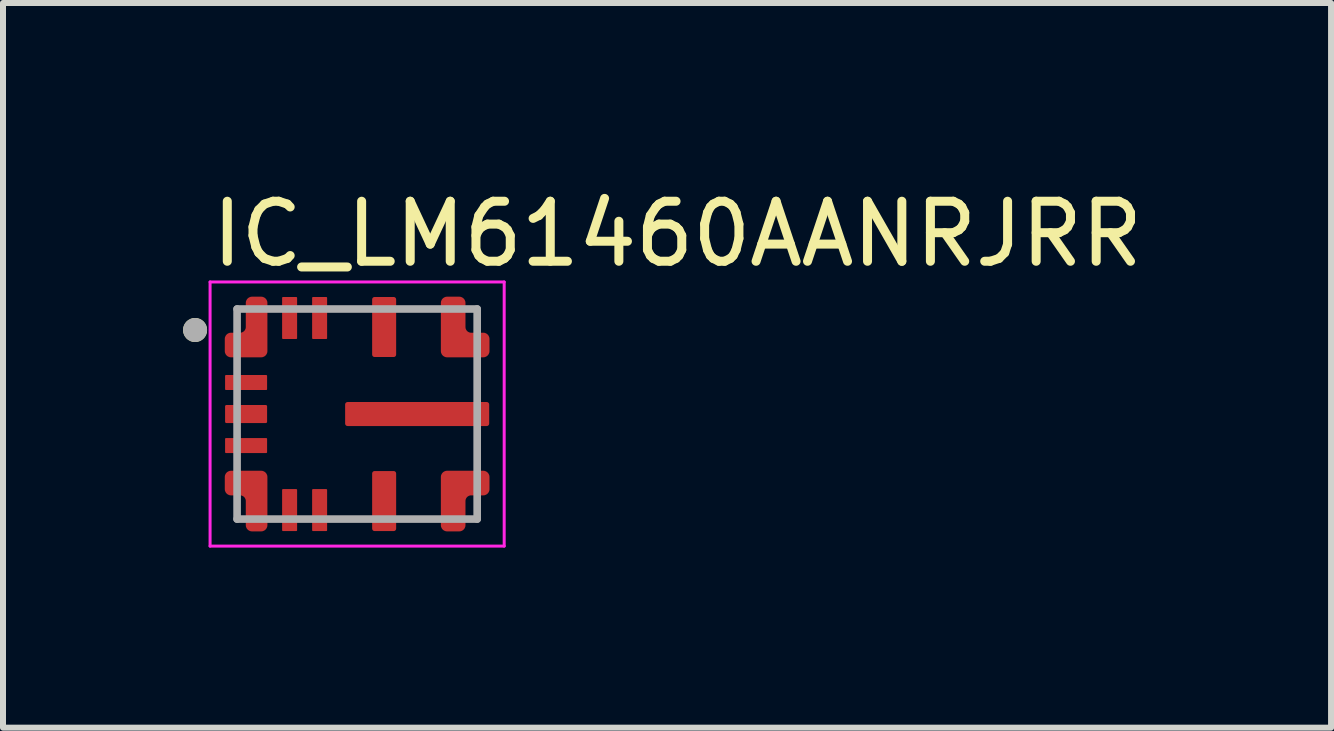
<source format=kicad_pcb>
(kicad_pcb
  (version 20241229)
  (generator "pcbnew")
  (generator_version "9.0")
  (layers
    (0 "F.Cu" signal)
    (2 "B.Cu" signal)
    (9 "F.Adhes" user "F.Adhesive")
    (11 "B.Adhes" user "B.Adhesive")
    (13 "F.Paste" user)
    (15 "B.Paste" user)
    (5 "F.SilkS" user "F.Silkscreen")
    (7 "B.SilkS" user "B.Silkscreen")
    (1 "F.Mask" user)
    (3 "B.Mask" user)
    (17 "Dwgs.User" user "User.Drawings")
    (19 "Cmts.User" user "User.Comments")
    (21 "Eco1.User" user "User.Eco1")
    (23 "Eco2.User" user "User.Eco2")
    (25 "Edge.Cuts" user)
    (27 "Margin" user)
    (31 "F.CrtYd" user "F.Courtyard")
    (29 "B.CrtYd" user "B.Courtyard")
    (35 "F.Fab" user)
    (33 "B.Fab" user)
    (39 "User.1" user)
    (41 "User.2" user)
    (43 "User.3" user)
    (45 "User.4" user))
  (footprint "IC_LM61460AANRJRR"
    (layer "F.Cu")
    (at 2.9 3.848)
    (property "Reference" "IC_LM61460AANRJRR" (at -2.5 -3 0) (layer "F.SilkS") (effects (font (size 1 1) (thickness 0.15)) (justify left)))
    (attr smd)
    (fp_poly (pts (xy -2.27 -0.645) (xy -2.27 -0.405) (xy -2.269 -0.401) (xy -2.268 -0.396) (xy -2.267 -0.392) (xy -2.266 -0.387) (xy -2.264 -0.383) (xy -2.262 -0.379) (xy -2.26 -0.375) (xy -2.257 -0.371) (xy -2.255 -0.367) (xy -2.252 -0.363) (xy -2.249 -0.36) (xy -2.246 -0.356) (xy -2.243 -0.353) (xy -2.239 -0.35) (xy -2.236 -0.347) (xy -2.232 -0.344) (xy -2.228 -0.342) (xy -2.224 -0.339) (xy -2.22 -0.337) (xy -2.216 -0.336) (xy -2.211 -0.334) (xy -2.207 -0.333) (xy -2.202 -0.331) (xy -2.198 -0.33) (xy -2.193 -0.33) (xy -2.189 -0.329) (xy -2.184 -0.329) (xy -2.179 -0.329) (xy -2.175 -0.329) (xy -2.17 -0.33) (xy -1.53 -0.33) (xy -1.525 -0.329) (xy -1.521 -0.329) (xy -1.516 -0.329) (xy -1.511 -0.329) (xy -1.507 -0.33) (xy -1.502 -0.33) (xy -1.498 -0.331) (xy -1.493 -0.333) (xy -1.489 -0.334) (xy -1.484 -0.336) (xy -1.48 -0.337) (xy -1.476 -0.339) (xy -1.472 -0.342) (xy -1.468 -0.344) (xy -1.464 -0.347) (xy -1.461 -0.35) (xy -1.457 -0.353) (xy -1.454 -0.356) (xy -1.451 -0.36) (xy -1.448 -0.363) (xy -1.445 -0.367) (xy -1.443 -0.371) (xy -1.44 -0.375) (xy -1.438 -0.379) (xy -1.436 -0.383) (xy -1.434 -0.387) (xy -1.433 -0.392) (xy -1.432 -0.396) (xy -1.431 -0.401) (xy -1.43 -0.405) (xy -1.43 -0.645) (xy -1.431 -0.649) (xy -1.432 -0.654) (xy -1.433 -0.658) (xy -1.434 -0.663) (xy -1.436 -0.667) (xy -1.438 -0.671) (xy -1.44 -0.675) (xy -1.443 -0.679) (xy -1.445 -0.683) (xy -1.448 -0.687) (xy -1.451 -0.69) (xy -1.454 -0.694) (xy -1.457 -0.697) (xy -1.461 -0.7) (xy -1.464 -0.703) (xy -1.468 -0.706) (xy -1.472 -0.708) (xy -1.476 -0.711) (xy -1.48 -0.713) (xy -1.484 -0.714) (xy -1.489 -0.716) (xy -1.493 -0.717) (xy -1.498 -0.719) (xy -1.502 -0.72) (xy -1.507 -0.72) (xy -1.511 -0.721) (xy -1.516 -0.721) (xy -1.521 -0.721) (xy -1.525 -0.721) (xy -1.53 -0.72) (xy -2.17 -0.72) (xy -2.175 -0.721) (xy -2.179 -0.721) (xy -2.184 -0.721) (xy -2.189 -0.721) (xy -2.193 -0.72) (xy -2.198 -0.72) (xy -2.202 -0.719) (xy -2.207 -0.717) (xy -2.211 -0.716) (xy -2.216 -0.714) (xy -2.22 -0.713) (xy -2.224 -0.711) (xy -2.228 -0.708) (xy -2.232 -0.706) (xy -2.236 -0.703) (xy -2.239 -0.7) (xy -2.243 -0.697) (xy -2.246 -0.694) (xy -2.249 -0.69) (xy -2.252 -0.687) (xy -2.255 -0.683) (xy -2.257 -0.679) (xy -2.26 -0.675) (xy -2.262 -0.671) (xy -2.264 -0.667) (xy -2.266 -0.663) (xy -2.267 -0.658) (xy -2.268 -0.654) (xy -2.269 -0.649) (xy -2.27 -0.645)) (stroke (width 0.01) (type solid)) (fill yes) (layer "F.Mask"))
    (fp_poly (pts (xy -2.27 -0.12) (xy -2.27 0.12) (xy -2.27 0.125) (xy -2.269 0.13) (xy -2.269 0.136) (xy -2.268 0.141) (xy -2.267 0.146) (xy -2.265 0.151) (xy -2.263 0.156) (xy -2.261 0.161) (xy -2.259 0.165) (xy -2.257 0.17) (xy -2.254 0.174) (xy -2.251 0.179) (xy -2.248 0.183) (xy -2.244 0.187) (xy -2.241 0.191) (xy -2.237 0.194) (xy -2.233 0.198) (xy -2.229 0.201) (xy -2.224 0.204) (xy -2.22 0.207) (xy -2.215 0.209) (xy -2.211 0.211) (xy -2.206 0.213) (xy -2.201 0.215) (xy -2.196 0.217) (xy -2.191 0.218) (xy -2.186 0.219) (xy -2.18 0.219) (xy -2.175 0.22) (xy -2.17 0.22) (xy -1.53 0.22) (xy -1.525 0.22) (xy -1.52 0.219) (xy -1.514 0.219) (xy -1.509 0.218) (xy -1.504 0.217) (xy -1.499 0.215) (xy -1.494 0.213) (xy -1.489 0.211) (xy -1.485 0.209) (xy -1.48 0.207) (xy -1.476 0.204) (xy -1.471 0.201) (xy -1.467 0.198) (xy -1.463 0.194) (xy -1.459 0.191) (xy -1.456 0.187) (xy -1.452 0.183) (xy -1.449 0.179) (xy -1.446 0.174) (xy -1.443 0.17) (xy -1.441 0.165) (xy -1.439 0.161) (xy -1.437 0.156) (xy -1.435 0.151) (xy -1.433 0.146) (xy -1.432 0.141) (xy -1.431 0.136) (xy -1.431 0.13) (xy -1.43 0.125) (xy -1.43 0.12) (xy -1.43 -0.12) (xy -1.43 -0.125) (xy -1.431 -0.13) (xy -1.431 -0.136) (xy -1.432 -0.141) (xy -1.433 -0.146) (xy -1.435 -0.151) (xy -1.437 -0.156) (xy -1.439 -0.161) (xy -1.441 -0.165) (xy -1.443 -0.17) (xy -1.446 -0.174) (xy -1.449 -0.179) (xy -1.452 -0.183) (xy -1.456 -0.187) (xy -1.459 -0.191) (xy -1.463 -0.194) (xy -1.467 -0.198) (xy -1.471 -0.201) (xy -1.476 -0.204) (xy -1.48 -0.207) (xy -1.485 -0.209) (xy -1.489 -0.211) (xy -1.494 -0.213) (xy -1.499 -0.215) (xy -1.504 -0.217) (xy -1.509 -0.218) (xy -1.514 -0.219) (xy -1.52 -0.219) (xy -1.525 -0.22) (xy -1.53 -0.22) (xy -2.17 -0.22) (xy -2.175 -0.22) (xy -2.18 -0.219) (xy -2.186 -0.219) (xy -2.191 -0.218) (xy -2.196 -0.217) (xy -2.201 -0.215) (xy -2.206 -0.213) (xy -2.211 -0.211) (xy -2.215 -0.209) (xy -2.22 -0.207) (xy -2.224 -0.204) (xy -2.229 -0.201) (xy -2.233 -0.198) (xy -2.237 -0.194) (xy -2.241 -0.191) (xy -2.244 -0.187) (xy -2.248 -0.183) (xy -2.251 -0.179) (xy -2.254 -0.174) (xy -2.257 -0.17) (xy -2.259 -0.165) (xy -2.261 -0.161) (xy -2.263 -0.156) (xy -2.265 -0.151) (xy -2.267 -0.146) (xy -2.268 -0.141) (xy -2.269 -0.136) (xy -2.269 -0.13) (xy -2.27 -0.125) (xy -2.27 -0.12)) (stroke (width 0.01) (type solid)) (fill yes) (layer "F.Mask"))
    (fp_poly (pts (xy -2.27 0.405) (xy -2.27 0.645) (xy -2.269 0.649) (xy -2.268 0.654) (xy -2.267 0.658) (xy -2.266 0.663) (xy -2.264 0.667) (xy -2.262 0.671) (xy -2.26 0.675) (xy -2.257 0.679) (xy -2.255 0.683) (xy -2.252 0.687) (xy -2.249 0.69) (xy -2.246 0.694) (xy -2.243 0.697) (xy -2.239 0.7) (xy -2.236 0.703) (xy -2.232 0.706) (xy -2.228 0.708) (xy -2.224 0.711) (xy -2.22 0.713) (xy -2.216 0.714) (xy -2.211 0.716) (xy -2.207 0.717) (xy -2.202 0.719) (xy -2.198 0.72) (xy -2.193 0.72) (xy -2.189 0.721) (xy -2.184 0.721) (xy -2.179 0.721) (xy -2.175 0.721) (xy -2.17 0.72) (xy -1.53 0.72) (xy -1.525 0.721) (xy -1.521 0.721) (xy -1.516 0.721) (xy -1.511 0.721) (xy -1.507 0.72) (xy -1.502 0.72) (xy -1.498 0.719) (xy -1.493 0.717) (xy -1.489 0.716) (xy -1.484 0.714) (xy -1.48 0.713) (xy -1.476 0.711) (xy -1.472 0.708) (xy -1.468 0.706) (xy -1.464 0.703) (xy -1.461 0.7) (xy -1.457 0.697) (xy -1.454 0.694) (xy -1.451 0.69) (xy -1.448 0.687) (xy -1.445 0.683) (xy -1.443 0.679) (xy -1.44 0.675) (xy -1.438 0.671) (xy -1.436 0.667) (xy -1.434 0.663) (xy -1.433 0.658) (xy -1.432 0.654) (xy -1.431 0.649) (xy -1.43 0.645) (xy -1.43 0.405) (xy -1.431 0.401) (xy -1.432 0.396) (xy -1.433 0.392) (xy -1.434 0.387) (xy -1.436 0.383) (xy -1.438 0.379) (xy -1.44 0.375) (xy -1.443 0.371) (xy -1.445 0.367) (xy -1.448 0.363) (xy -1.451 0.36) (xy -1.454 0.356) (xy -1.457 0.353) (xy -1.461 0.35) (xy -1.464 0.347) (xy -1.468 0.344) (xy -1.472 0.342) (xy -1.476 0.339) (xy -1.48 0.337) (xy -1.484 0.336) (xy -1.489 0.334) (xy -1.493 0.333) (xy -1.498 0.331) (xy -1.502 0.33) (xy -1.507 0.33) (xy -1.511 0.329) (xy -1.516 0.329) (xy -1.521 0.329) (xy -1.525 0.329) (xy -1.53 0.33) (xy -2.17 0.33) (xy -2.175 0.329) (xy -2.179 0.329) (xy -2.184 0.329) (xy -2.189 0.329) (xy -2.193 0.33) (xy -2.198 0.33) (xy -2.202 0.331) (xy -2.207 0.333) (xy -2.211 0.334) (xy -2.216 0.336) (xy -2.22 0.337) (xy -2.224 0.339) (xy -2.228 0.342) (xy -2.232 0.344) (xy -2.236 0.347) (xy -2.239 0.35) (xy -2.243 0.353) (xy -2.246 0.356) (xy -2.249 0.36) (xy -2.252 0.363) (xy -2.255 0.367) (xy -2.257 0.371) (xy -2.26 0.375) (xy -2.262 0.379) (xy -2.264 0.383) (xy -2.266 0.387) (xy -2.267 0.392) (xy -2.268 0.396) (xy -2.269 0.401) (xy -2.27 0.405)) (stroke (width 0.01) (type solid)) (fill yes) (layer "F.Mask"))
    (fp_poly (pts (xy -1.245 -1.18) (xy -1.005 -1.18) (xy -1.001 -1.181) (xy -0.996 -1.182) (xy -0.992 -1.183) (xy -0.987 -1.184) (xy -0.983 -1.186) (xy -0.979 -1.188) (xy -0.975 -1.19) (xy -0.971 -1.193) (xy -0.967 -1.195) (xy -0.963 -1.198) (xy -0.96 -1.201) (xy -0.956 -1.204) (xy -0.953 -1.207) (xy -0.95 -1.211) (xy -0.947 -1.214) (xy -0.944 -1.218) (xy -0.942 -1.222) (xy -0.939 -1.226) (xy -0.937 -1.23) (xy -0.936 -1.234) (xy -0.934 -1.239) (xy -0.933 -1.243) (xy -0.931 -1.248) (xy -0.93 -1.252) (xy -0.93 -1.257) (xy -0.929 -1.261) (xy -0.929 -1.266) (xy -0.929 -1.271) (xy -0.929 -1.275) (xy -0.93 -1.28) (xy -0.93 -1.92) (xy -0.929 -1.925) (xy -0.929 -1.929) (xy -0.929 -1.934) (xy -0.929 -1.939) (xy -0.93 -1.943) (xy -0.93 -1.948) (xy -0.931 -1.952) (xy -0.933 -1.957) (xy -0.934 -1.961) (xy -0.936 -1.966) (xy -0.937 -1.97) (xy -0.939 -1.974) (xy -0.942 -1.978) (xy -0.944 -1.982) (xy -0.947 -1.986) (xy -0.95 -1.989) (xy -0.953 -1.993) (xy -0.956 -1.996) (xy -0.96 -1.999) (xy -0.963 -2.002) (xy -0.967 -2.005) (xy -0.971 -2.007) (xy -0.975 -2.01) (xy -0.979 -2.012) (xy -0.983 -2.014) (xy -0.987 -2.016) (xy -0.992 -2.017) (xy -0.996 -2.018) (xy -1.001 -2.019) (xy -1.005 -2.02) (xy -1.245 -2.02) (xy -1.249 -2.019) (xy -1.254 -2.018) (xy -1.258 -2.017) (xy -1.263 -2.016) (xy -1.267 -2.014) (xy -1.271 -2.012) (xy -1.275 -2.01) (xy -1.279 -2.007) (xy -1.283 -2.005) (xy -1.287 -2.002) (xy -1.29 -1.999) (xy -1.294 -1.996) (xy -1.297 -1.993) (xy -1.3 -1.989) (xy -1.303 -1.986) (xy -1.306 -1.982) (xy -1.308 -1.978) (xy -1.311 -1.974) (xy -1.313 -1.97) (xy -1.314 -1.966) (xy -1.316 -1.961) (xy -1.317 -1.957) (xy -1.319 -1.952) (xy -1.32 -1.948) (xy -1.32 -1.943) (xy -1.321 -1.939) (xy -1.321 -1.934) (xy -1.321 -1.929) (xy -1.321 -1.925) (xy -1.32 -1.92) (xy -1.32 -1.28) (xy -1.321 -1.275) (xy -1.321 -1.271) (xy -1.321 -1.266) (xy -1.321 -1.261) (xy -1.32 -1.257) (xy -1.32 -1.252) (xy -1.319 -1.248) (xy -1.317 -1.243) (xy -1.316 -1.239) (xy -1.314 -1.234) (xy -1.313 -1.23) (xy -1.311 -1.226) (xy -1.308 -1.222) (xy -1.306 -1.218) (xy -1.303 -1.214) (xy -1.3 -1.211) (xy -1.297 -1.207) (xy -1.294 -1.204) (xy -1.29 -1.201) (xy -1.287 -1.198) (xy -1.283 -1.195) (xy -1.279 -1.193) (xy -1.275 -1.19) (xy -1.271 -1.188) (xy -1.267 -1.186) (xy -1.263 -1.184) (xy -1.258 -1.183) (xy -1.254 -1.182) (xy -1.249 -1.181) (xy -1.245 -1.18)) (stroke (width 0.01) (type solid)) (fill yes) (layer "F.Mask"))
    (fp_poly (pts (xy -1.245 2.02) (xy -1.005 2.02) (xy -1.001 2.019) (xy -0.996 2.018) (xy -0.992 2.017) (xy -0.987 2.016) (xy -0.983 2.014) (xy -0.979 2.012) (xy -0.975 2.01) (xy -0.971 2.007) (xy -0.967 2.005) (xy -0.963 2.002) (xy -0.96 1.999) (xy -0.956 1.996) (xy -0.953 1.993) (xy -0.95 1.989) (xy -0.947 1.986) (xy -0.944 1.982) (xy -0.942 1.978) (xy -0.939 1.974) (xy -0.937 1.97) (xy -0.936 1.966) (xy -0.934 1.961) (xy -0.933 1.957) (xy -0.931 1.952) (xy -0.93 1.948) (xy -0.93 1.943) (xy -0.929 1.939) (xy -0.929 1.934) (xy -0.929 1.929) (xy -0.929 1.925) (xy -0.93 1.92) (xy -0.93 1.28) (xy -0.929 1.275) (xy -0.929 1.271) (xy -0.929 1.266) (xy -0.929 1.261) (xy -0.93 1.257) (xy -0.93 1.252) (xy -0.931 1.248) (xy -0.933 1.243) (xy -0.934 1.239) (xy -0.936 1.234) (xy -0.937 1.23) (xy -0.939 1.226) (xy -0.942 1.222) (xy -0.944 1.218) (xy -0.947 1.214) (xy -0.95 1.211) (xy -0.953 1.207) (xy -0.956 1.204) (xy -0.96 1.201) (xy -0.963 1.198) (xy -0.967 1.195) (xy -0.971 1.193) (xy -0.975 1.19) (xy -0.979 1.188) (xy -0.983 1.186) (xy -0.987 1.184) (xy -0.992 1.183) (xy -0.996 1.182) (xy -1.001 1.181) (xy -1.005 1.18) (xy -1.245 1.18) (xy -1.249 1.181) (xy -1.254 1.182) (xy -1.258 1.183) (xy -1.263 1.184) (xy -1.267 1.186) (xy -1.271 1.188) (xy -1.275 1.19) (xy -1.279 1.193) (xy -1.283 1.195) (xy -1.287 1.198) (xy -1.29 1.201) (xy -1.294 1.204) (xy -1.297 1.207) (xy -1.3 1.211) (xy -1.303 1.214) (xy -1.306 1.218) (xy -1.308 1.222) (xy -1.311 1.226) (xy -1.313 1.23) (xy -1.314 1.234) (xy -1.316 1.239) (xy -1.317 1.243) (xy -1.319 1.248) (xy -1.32 1.252) (xy -1.32 1.257) (xy -1.321 1.261) (xy -1.321 1.266) (xy -1.321 1.271) (xy -1.321 1.275) (xy -1.32 1.28) (xy -1.32 1.92) (xy -1.321 1.925) (xy -1.321 1.929) (xy -1.321 1.934) (xy -1.321 1.939) (xy -1.32 1.943) (xy -1.32 1.948) (xy -1.319 1.952) (xy -1.317 1.957) (xy -1.316 1.961) (xy -1.314 1.966) (xy -1.313 1.97) (xy -1.311 1.974) (xy -1.308 1.978) (xy -1.306 1.982) (xy -1.303 1.986) (xy -1.3 1.989) (xy -1.297 1.993) (xy -1.294 1.996) (xy -1.29 1.999) (xy -1.287 2.002) (xy -1.283 2.005) (xy -1.279 2.007) (xy -1.275 2.01) (xy -1.271 2.012) (xy -1.267 2.014) (xy -1.263 2.016) (xy -1.258 2.017) (xy -1.254 2.018) (xy -1.249 2.019) (xy -1.245 2.02)) (stroke (width 0.01) (type solid)) (fill yes) (layer "F.Mask"))
    (fp_poly (pts (xy -0.745 -1.18) (xy -0.505 -1.18) (xy -0.501 -1.181) (xy -0.496 -1.182) (xy -0.492 -1.183) (xy -0.487 -1.184) (xy -0.483 -1.186) (xy -0.479 -1.188) (xy -0.475 -1.19) (xy -0.471 -1.193) (xy -0.467 -1.195) (xy -0.463 -1.198) (xy -0.46 -1.201) (xy -0.456 -1.204) (xy -0.453 -1.207) (xy -0.45 -1.211) (xy -0.447 -1.214) (xy -0.444 -1.218) (xy -0.442 -1.222) (xy -0.439 -1.226) (xy -0.437 -1.23) (xy -0.436 -1.234) (xy -0.434 -1.239) (xy -0.433 -1.243) (xy -0.431 -1.248) (xy -0.43 -1.252) (xy -0.43 -1.257) (xy -0.429 -1.261) (xy -0.429 -1.266) (xy -0.429 -1.271) (xy -0.429 -1.275) (xy -0.43 -1.28) (xy -0.43 -1.92) (xy -0.429 -1.925) (xy -0.429 -1.929) (xy -0.429 -1.934) (xy -0.429 -1.939) (xy -0.43 -1.943) (xy -0.43 -1.948) (xy -0.431 -1.952) (xy -0.433 -1.957) (xy -0.434 -1.961) (xy -0.436 -1.966) (xy -0.437 -1.97) (xy -0.439 -1.974) (xy -0.442 -1.978) (xy -0.444 -1.982) (xy -0.447 -1.986) (xy -0.45 -1.989) (xy -0.453 -1.993) (xy -0.456 -1.996) (xy -0.46 -1.999) (xy -0.463 -2.002) (xy -0.467 -2.005) (xy -0.471 -2.007) (xy -0.475 -2.01) (xy -0.479 -2.012) (xy -0.483 -2.014) (xy -0.487 -2.016) (xy -0.492 -2.017) (xy -0.496 -2.018) (xy -0.501 -2.019) (xy -0.505 -2.02) (xy -0.745 -2.02) (xy -0.749 -2.019) (xy -0.754 -2.018) (xy -0.758 -2.017) (xy -0.763 -2.016) (xy -0.767 -2.014) (xy -0.771 -2.012) (xy -0.775 -2.01) (xy -0.779 -2.007) (xy -0.783 -2.005) (xy -0.787 -2.002) (xy -0.79 -1.999) (xy -0.794 -1.996) (xy -0.797 -1.993) (xy -0.8 -1.989) (xy -0.803 -1.986) (xy -0.806 -1.982) (xy -0.808 -1.978) (xy -0.811 -1.974) (xy -0.813 -1.97) (xy -0.814 -1.966) (xy -0.816 -1.961) (xy -0.817 -1.957) (xy -0.819 -1.952) (xy -0.82 -1.948) (xy -0.82 -1.943) (xy -0.821 -1.939) (xy -0.821 -1.934) (xy -0.821 -1.929) (xy -0.821 -1.925) (xy -0.82 -1.92) (xy -0.82 -1.28) (xy -0.821 -1.275) (xy -0.821 -1.271) (xy -0.821 -1.266) (xy -0.821 -1.261) (xy -0.82 -1.257) (xy -0.82 -1.252) (xy -0.819 -1.248) (xy -0.817 -1.243) (xy -0.816 -1.239) (xy -0.814 -1.234) (xy -0.813 -1.23) (xy -0.811 -1.226) (xy -0.808 -1.222) (xy -0.806 -1.218) (xy -0.803 -1.214) (xy -0.8 -1.211) (xy -0.797 -1.207) (xy -0.794 -1.204) (xy -0.79 -1.201) (xy -0.787 -1.198) (xy -0.783 -1.195) (xy -0.779 -1.193) (xy -0.775 -1.19) (xy -0.771 -1.188) (xy -0.767 -1.186) (xy -0.763 -1.184) (xy -0.758 -1.183) (xy -0.754 -1.182) (xy -0.749 -1.181) (xy -0.745 -1.18)) (stroke (width 0.01) (type solid)) (fill yes) (layer "F.Mask"))
    (fp_poly (pts (xy -0.745 2.02) (xy -0.505 2.02) (xy -0.501 2.019) (xy -0.496 2.018) (xy -0.492 2.017) (xy -0.487 2.016) (xy -0.483 2.014) (xy -0.479 2.012) (xy -0.475 2.01) (xy -0.471 2.007) (xy -0.467 2.005) (xy -0.463 2.002) (xy -0.46 1.999) (xy -0.456 1.996) (xy -0.453 1.993) (xy -0.45 1.989) (xy -0.447 1.986) (xy -0.444 1.982) (xy -0.442 1.978) (xy -0.439 1.974) (xy -0.437 1.97) (xy -0.436 1.966) (xy -0.434 1.961) (xy -0.433 1.957) (xy -0.431 1.952) (xy -0.43 1.948) (xy -0.43 1.943) (xy -0.429 1.939) (xy -0.429 1.934) (xy -0.429 1.929) (xy -0.429 1.925) (xy -0.43 1.92) (xy -0.43 1.28) (xy -0.429 1.275) (xy -0.429 1.271) (xy -0.429 1.266) (xy -0.429 1.261) (xy -0.43 1.257) (xy -0.43 1.252) (xy -0.431 1.248) (xy -0.433 1.243) (xy -0.434 1.239) (xy -0.436 1.234) (xy -0.437 1.23) (xy -0.439 1.226) (xy -0.442 1.222) (xy -0.444 1.218) (xy -0.447 1.214) (xy -0.45 1.211) (xy -0.453 1.207) (xy -0.456 1.204) (xy -0.46 1.201) (xy -0.463 1.198) (xy -0.467 1.195) (xy -0.471 1.193) (xy -0.475 1.19) (xy -0.479 1.188) (xy -0.483 1.186) (xy -0.487 1.184) (xy -0.492 1.183) (xy -0.496 1.182) (xy -0.501 1.181) (xy -0.505 1.18) (xy -0.745 1.18) (xy -0.749 1.181) (xy -0.754 1.182) (xy -0.758 1.183) (xy -0.763 1.184) (xy -0.767 1.186) (xy -0.771 1.188) (xy -0.775 1.19) (xy -0.779 1.193) (xy -0.783 1.195) (xy -0.787 1.198) (xy -0.79 1.201) (xy -0.794 1.204) (xy -0.797 1.207) (xy -0.8 1.211) (xy -0.803 1.214) (xy -0.806 1.218) (xy -0.808 1.222) (xy -0.811 1.226) (xy -0.813 1.23) (xy -0.814 1.234) (xy -0.816 1.239) (xy -0.817 1.243) (xy -0.819 1.248) (xy -0.82 1.252) (xy -0.82 1.257) (xy -0.821 1.261) (xy -0.821 1.266) (xy -0.821 1.271) (xy -0.821 1.275) (xy -0.82 1.28) (xy -0.82 1.92) (xy -0.821 1.925) (xy -0.821 1.929) (xy -0.821 1.934) (xy -0.821 1.939) (xy -0.82 1.943) (xy -0.82 1.948) (xy -0.819 1.952) (xy -0.817 1.957) (xy -0.816 1.961) (xy -0.814 1.966) (xy -0.813 1.97) (xy -0.811 1.974) (xy -0.808 1.978) (xy -0.806 1.982) (xy -0.803 1.986) (xy -0.8 1.989) (xy -0.797 1.993) (xy -0.794 1.996) (xy -0.79 1.999) (xy -0.787 2.002) (xy -0.783 2.005) (xy -0.779 2.007) (xy -0.775 2.01) (xy -0.771 2.012) (xy -0.767 2.014) (xy -0.763 2.016) (xy -0.758 2.017) (xy -0.754 2.018) (xy -0.749 2.019) (xy -0.745 2.02)) (stroke (width 0.01) (type solid)) (fill yes) (layer "F.Mask"))
    (fp_poly (pts (xy -0.17 -0.27) (xy 2.17 -0.27) (xy 2.175 -0.27) (xy 2.18 -0.269) (xy 2.186 -0.269) (xy 2.191 -0.268) (xy 2.196 -0.267) (xy 2.201 -0.265) (xy 2.206 -0.263) (xy 2.211 -0.261) (xy 2.215 -0.259) (xy 2.22 -0.257) (xy 2.224 -0.254) (xy 2.229 -0.251) (xy 2.233 -0.248) (xy 2.237 -0.244) (xy 2.241 -0.241) (xy 2.244 -0.237) (xy 2.248 -0.233) (xy 2.251 -0.229) (xy 2.254 -0.224) (xy 2.257 -0.22) (xy 2.259 -0.215) (xy 2.261 -0.211) (xy 2.263 -0.206) (xy 2.265 -0.201) (xy 2.267 -0.196) (xy 2.268 -0.191) (xy 2.269 -0.186) (xy 2.269 -0.18) (xy 2.27 -0.175) (xy 2.27 -0.17) (xy 2.27 0.17) (xy 2.27 0.175) (xy 2.269 0.18) (xy 2.269 0.186) (xy 2.268 0.191) (xy 2.267 0.196) (xy 2.265 0.201) (xy 2.263 0.206) (xy 2.261 0.211) (xy 2.259 0.215) (xy 2.257 0.22) (xy 2.254 0.224) (xy 2.251 0.229) (xy 2.248 0.233) (xy 2.244 0.237) (xy 2.241 0.241) (xy 2.237 0.244) (xy 2.233 0.248) (xy 2.229 0.251) (xy 2.224 0.254) (xy 2.22 0.257) (xy 2.215 0.259) (xy 2.211 0.261) (xy 2.206 0.263) (xy 2.201 0.265) (xy 2.196 0.267) (xy 2.191 0.268) (xy 2.186 0.269) (xy 2.18 0.269) (xy 2.175 0.27) (xy 2.17 0.27) (xy -0.17 0.27) (xy -0.175 0.27) (xy -0.18 0.269) (xy -0.186 0.269) (xy -0.191 0.268) (xy -0.196 0.267) (xy -0.201 0.265) (xy -0.206 0.263) (xy -0.211 0.261) (xy -0.215 0.259) (xy -0.22 0.257) (xy -0.224 0.254) (xy -0.229 0.251) (xy -0.233 0.248) (xy -0.237 0.244) (xy -0.241 0.241) (xy -0.244 0.237) (xy -0.248 0.233) (xy -0.251 0.229) (xy -0.254 0.224) (xy -0.257 0.22) (xy -0.259 0.215) (xy -0.261 0.211) (xy -0.263 0.206) (xy -0.265 0.201) (xy -0.267 0.196) (xy -0.268 0.191) (xy -0.269 0.186) (xy -0.269 0.18) (xy -0.27 0.175) (xy -0.27 0.17) (xy -0.27 -0.17) (xy -0.27 -0.175) (xy -0.269 -0.18) (xy -0.269 -0.186) (xy -0.268 -0.191) (xy -0.267 -0.196) (xy -0.265 -0.201) (xy -0.263 -0.206) (xy -0.261 -0.211) (xy -0.259 -0.215) (xy -0.257 -0.22) (xy -0.254 -0.224) (xy -0.251 -0.229) (xy -0.248 -0.233) (xy -0.244 -0.237) (xy -0.241 -0.241) (xy -0.237 -0.244) (xy -0.233 -0.248) (xy -0.229 -0.251) (xy -0.224 -0.254) (xy -0.22 -0.257) (xy -0.215 -0.259) (xy -0.211 -0.261) (xy -0.206 -0.263) (xy -0.201 -0.265) (xy -0.196 -0.267) (xy -0.191 -0.268) (xy -0.186 -0.269) (xy -0.18 -0.269) (xy -0.175 -0.27) (xy -0.17 -0.27)) (stroke (width 0.01) (type solid)) (fill yes) (layer "F.Mask"))
    (fp_poly (pts (xy 0.62 -2.02) (xy 0.28 -2.02) (xy 0.275 -2.019) (xy 0.269 -2.018) (xy 0.263 -2.016) (xy 0.257 -2.015) (xy 0.252 -2.013) (xy 0.246 -2.01) (xy 0.241 -2.007) (xy 0.235 -2.004) (xy 0.23 -2.001) (xy 0.225 -1.998) (xy 0.22 -1.994) (xy 0.216 -1.99) (xy 0.212 -1.986) (xy 0.207 -1.981) (xy 0.204 -1.976) (xy 0.2 -1.972) (xy 0.197 -1.966) (xy 0.194 -1.961) (xy 0.191 -1.956) (xy 0.188 -1.95) (xy 0.186 -1.945) (xy 0.184 -1.939) (xy 0.182 -1.933) (xy 0.181 -1.927) (xy 0.18 -1.921) (xy 0.179 -1.915) (xy 0.179 -1.909) (xy 0.179 -1.903) (xy 0.179 -1.897) (xy 0.18 -1.89) (xy 0.18 -1.01) (xy 0.179 -1.003) (xy 0.179 -0.997) (xy 0.179 -0.991) (xy 0.179 -0.985) (xy 0.18 -0.979) (xy 0.181 -0.973) (xy 0.182 -0.967) (xy 0.184 -0.961) (xy 0.186 -0.955) (xy 0.188 -0.95) (xy 0.191 -0.944) (xy 0.194 -0.939) (xy 0.197 -0.934) (xy 0.2 -0.928) (xy 0.204 -0.924) (xy 0.207 -0.919) (xy 0.212 -0.914) (xy 0.216 -0.91) (xy 0.22 -0.906) (xy 0.225 -0.902) (xy 0.23 -0.899) (xy 0.235 -0.896) (xy 0.241 -0.893) (xy 0.246 -0.89) (xy 0.252 -0.887) (xy 0.257 -0.885) (xy 0.263 -0.884) (xy 0.269 -0.882) (xy 0.275 -0.881) (xy 0.28 -0.88) (xy 0.62 -0.88) (xy 0.625 -0.881) (xy 0.631 -0.882) (xy 0.637 -0.884) (xy 0.643 -0.885) (xy 0.648 -0.887) (xy 0.654 -0.89) (xy 0.659 -0.893) (xy 0.665 -0.896) (xy 0.67 -0.899) (xy 0.675 -0.902) (xy 0.68 -0.906) (xy 0.684 -0.91) (xy 0.688 -0.914) (xy 0.693 -0.919) (xy 0.696 -0.924) (xy 0.7 -0.928) (xy 0.703 -0.934) (xy 0.706 -0.939) (xy 0.709 -0.944) (xy 0.712 -0.95) (xy 0.714 -0.955) (xy 0.716 -0.961) (xy 0.718 -0.967) (xy 0.719 -0.973) (xy 0.72 -0.979) (xy 0.721 -0.985) (xy 0.721 -0.991) (xy 0.721 -0.997) (xy 0.721 -1.003) (xy 0.72 -1.01) (xy 0.72 -1.89) (xy 0.721 -1.897) (xy 0.721 -1.903) (xy 0.721 -1.909) (xy 0.721 -1.915) (xy 0.72 -1.921) (xy 0.719 -1.927) (xy 0.718 -1.933) (xy 0.716 -1.939) (xy 0.714 -1.945) (xy 0.712 -1.95) (xy 0.709 -1.956) (xy 0.706 -1.961) (xy 0.703 -1.966) (xy 0.7 -1.972) (xy 0.696 -1.976) (xy 0.693 -1.981) (xy 0.688 -1.986) (xy 0.684 -1.99) (xy 0.68 -1.994) (xy 0.675 -1.998) (xy 0.67 -2.001) (xy 0.665 -2.004) (xy 0.659 -2.007) (xy 0.654 -2.01) (xy 0.648 -2.013) (xy 0.643 -2.015) (xy 0.637 -2.016) (xy 0.631 -2.018) (xy 0.625 -2.019) (xy 0.62 -2.02)) (stroke (width 0.01) (type solid)) (fill yes) (layer "F.Mask"))
    (fp_poly (pts (xy 0.62 0.88) (xy 0.28 0.88) (xy 0.275 0.881) (xy 0.269 0.882) (xy 0.263 0.884) (xy 0.257 0.885) (xy 0.252 0.887) (xy 0.246 0.89) (xy 0.241 0.893) (xy 0.235 0.896) (xy 0.23 0.899) (xy 0.225 0.902) (xy 0.22 0.906) (xy 0.216 0.91) (xy 0.212 0.914) (xy 0.207 0.919) (xy 0.204 0.924) (xy 0.2 0.928) (xy 0.197 0.934) (xy 0.194 0.939) (xy 0.191 0.944) (xy 0.188 0.95) (xy 0.186 0.955) (xy 0.184 0.961) (xy 0.182 0.967) (xy 0.181 0.973) (xy 0.18 0.979) (xy 0.179 0.985) (xy 0.179 0.991) (xy 0.179 0.997) (xy 0.179 1.003) (xy 0.18 1.01) (xy 0.18 1.89) (xy 0.179 1.897) (xy 0.179 1.903) (xy 0.179 1.909) (xy 0.179 1.915) (xy 0.18 1.921) (xy 0.181 1.927) (xy 0.182 1.933) (xy 0.184 1.939) (xy 0.186 1.945) (xy 0.188 1.95) (xy 0.191 1.956) (xy 0.194 1.961) (xy 0.197 1.966) (xy 0.2 1.972) (xy 0.204 1.976) (xy 0.207 1.981) (xy 0.212 1.986) (xy 0.216 1.99) (xy 0.22 1.994) (xy 0.225 1.998) (xy 0.23 2.001) (xy 0.235 2.004) (xy 0.241 2.007) (xy 0.246 2.01) (xy 0.252 2.013) (xy 0.257 2.015) (xy 0.263 2.016) (xy 0.269 2.018) (xy 0.275 2.019) (xy 0.28 2.02) (xy 0.62 2.02) (xy 0.625 2.019) (xy 0.631 2.018) (xy 0.637 2.016) (xy 0.643 2.015) (xy 0.648 2.013) (xy 0.654 2.01) (xy 0.659 2.007) (xy 0.665 2.004) (xy 0.67 2.001) (xy 0.675 1.998) (xy 0.68 1.994) (xy 0.684 1.99) (xy 0.688 1.986) (xy 0.693 1.981) (xy 0.696 1.976) (xy 0.7 1.972) (xy 0.703 1.966) (xy 0.706 1.961) (xy 0.709 1.956) (xy 0.712 1.95) (xy 0.714 1.945) (xy 0.716 1.939) (xy 0.718 1.933) (xy 0.719 1.927) (xy 0.72 1.921) (xy 0.721 1.915) (xy 0.721 1.909) (xy 0.721 1.903) (xy 0.721 1.897) (xy 0.72 1.89) (xy 0.72 1.01) (xy 0.721 1.003) (xy 0.721 0.997) (xy 0.721 0.991) (xy 0.721 0.985) (xy 0.72 0.979) (xy 0.719 0.973) (xy 0.718 0.967) (xy 0.716 0.961) (xy 0.714 0.955) (xy 0.712 0.95) (xy 0.709 0.944) (xy 0.706 0.939) (xy 0.703 0.934) (xy 0.7 0.928) (xy 0.696 0.924) (xy 0.693 0.919) (xy 0.688 0.914) (xy 0.684 0.91) (xy 0.68 0.906) (xy 0.675 0.902) (xy 0.67 0.899) (xy 0.665 0.896) (xy 0.659 0.893) (xy 0.654 0.89) (xy 0.648 0.887) (xy 0.643 0.885) (xy 0.637 0.884) (xy 0.631 0.882) (xy 0.625 0.881) (xy 0.62 0.88)) (stroke (width 0.01) (type solid)) (fill yes) (layer "F.Mask"))
    (fp_poly (pts (xy -1.92 -1.45) (xy -1.92 -1.85) (xy -1.92 -1.859) (xy -1.919 -1.868) (xy -1.918 -1.877) (xy -1.916 -1.885) (xy -1.914 -1.894) (xy -1.912 -1.903) (xy -1.909 -1.911) (xy -1.905 -1.919) (xy -1.901 -1.927) (xy -1.897 -1.935) (xy -1.893 -1.943) (xy -1.888 -1.95) (xy -1.882 -1.957) (xy -1.876 -1.964) (xy -1.87 -1.97) (xy -1.864 -1.976) (xy -1.857 -1.982) (xy -1.85 -1.988) (xy -1.843 -1.993) (xy -1.835 -1.997) (xy -1.827 -2.001) (xy -1.819 -2.005) (xy -1.811 -2.009) (xy -1.803 -2.012) (xy -1.794 -2.014) (xy -1.785 -2.016) (xy -1.777 -2.018) (xy -1.768 -2.019) (xy -1.759 -2.02) (xy -1.75 -2.02) (xy -1.6 -2.02) (xy -1.591 -2.02) (xy -1.582 -2.019) (xy -1.573 -2.018) (xy -1.565 -2.016) (xy -1.556 -2.014) (xy -1.547 -2.012) (xy -1.539 -2.009) (xy -1.531 -2.005) (xy -1.523 -2.001) (xy -1.515 -1.997) (xy -1.507 -1.993) (xy -1.5 -1.988) (xy -1.493 -1.982) (xy -1.486 -1.976) (xy -1.48 -1.97) (xy -1.474 -1.964) (xy -1.468 -1.957) (xy -1.462 -1.95) (xy -1.457 -1.943) (xy -1.453 -1.935) (xy -1.449 -1.927) (xy -1.445 -1.919) (xy -1.441 -1.911) (xy -1.438 -1.903) (xy -1.436 -1.894) (xy -1.434 -1.885) (xy -1.432 -1.877) (xy -1.431 -1.868) (xy -1.43 -1.859) (xy -1.43 -1.85) (xy -1.43 -1.05) (xy -1.43 -1.041) (xy -1.431 -1.032) (xy -1.432 -1.023) (xy -1.434 -1.015) (xy -1.436 -1.006) (xy -1.438 -0.997) (xy -1.441 -0.989) (xy -1.445 -0.981) (xy -1.449 -0.973) (xy -1.453 -0.965) (xy -1.457 -0.957) (xy -1.462 -0.95) (xy -1.468 -0.943) (xy -1.474 -0.936) (xy -1.48 -0.93) (xy -1.486 -0.924) (xy -1.493 -0.918) (xy -1.5 -0.912) (xy -1.507 -0.907) (xy -1.515 -0.903) (xy -1.523 -0.899) (xy -1.531 -0.895) (xy -1.539 -0.891) (xy -1.547 -0.888) (xy -1.556 -0.886) (xy -1.565 -0.884) (xy -1.573 -0.882) (xy -1.582 -0.881) (xy -1.591 -0.88) (xy -1.6 -0.88) (xy -2.1 -0.88) (xy -2.109 -0.88) (xy -2.118 -0.881) (xy -2.127 -0.882) (xy -2.135 -0.884) (xy -2.144 -0.886) (xy -2.153 -0.888) (xy -2.161 -0.891) (xy -2.169 -0.895) (xy -2.177 -0.899) (xy -2.185 -0.903) (xy -2.193 -0.907) (xy -2.2 -0.912) (xy -2.207 -0.918) (xy -2.214 -0.924) (xy -2.22 -0.93) (xy -2.226 -0.936) (xy -2.232 -0.943) (xy -2.238 -0.95) (xy -2.243 -0.957) (xy -2.247 -0.965) (xy -2.251 -0.973) (xy -2.255 -0.981) (xy -2.259 -0.989) (xy -2.262 -0.997) (xy -2.264 -1.006) (xy -2.266 -1.015) (xy -2.268 -1.023) (xy -2.269 -1.032) (xy -2.27 -1.041) (xy -2.27 -1.05) (xy -2.27 -1.25) (xy -2.27 -1.259) (xy -2.269 -1.268) (xy -2.268 -1.277) (xy -2.266 -1.285) (xy -2.264 -1.294) (xy -2.262 -1.303) (xy -2.259 -1.311) (xy -2.255 -1.319) (xy -2.251 -1.327) (xy -2.247 -1.335) (xy -2.243 -1.343) (xy -2.238 -1.35) (xy -2.232 -1.357) (xy -2.226 -1.364) (xy -2.22 -1.37) (xy -2.214 -1.376) (xy -2.207 -1.382) (xy -2.2 -1.388) (xy -2.193 -1.393) (xy -2.185 -1.397) (xy -2.177 -1.401) (xy -2.169 -1.405) (xy -2.161 -1.409) (xy -2.153 -1.412) (xy -2.144 -1.414) (xy -2.135 -1.416) (xy -2.127 -1.418) (xy -2.118 -1.419) (xy -2.109 -1.42) (xy -2.1 -1.42) (xy -1.95 -1.42) (xy -1.948 -1.42) (xy -1.947 -1.42) (xy -1.945 -1.42) (xy -1.944 -1.421) (xy -1.942 -1.421) (xy -1.941 -1.421) (xy -1.939 -1.422) (xy -1.938 -1.423) (xy -1.936 -1.423) (xy -1.935 -1.424) (xy -1.934 -1.425) (xy -1.932 -1.426) (xy -1.931 -1.427) (xy -1.93 -1.428) (xy -1.929 -1.429) (xy -1.928 -1.43) (xy -1.927 -1.431) (xy -1.926 -1.432) (xy -1.925 -1.434) (xy -1.924 -1.435) (xy -1.923 -1.436) (xy -1.923 -1.438) (xy -1.922 -1.439) (xy -1.921 -1.441) (xy -1.921 -1.442) (xy -1.921 -1.444) (xy -1.92 -1.445) (xy -1.92 -1.447) (xy -1.92 -1.448) (xy -1.92 -1.45)) (stroke (width 0.01) (type solid)) (fill yes) (layer "F.Mask"))
    (fp_poly (pts (xy -1.92 1.45) (xy -1.92 1.85) (xy -1.92 1.859) (xy -1.919 1.868) (xy -1.918 1.877) (xy -1.916 1.885) (xy -1.914 1.894) (xy -1.912 1.903) (xy -1.909 1.911) (xy -1.905 1.919) (xy -1.901 1.927) (xy -1.897 1.935) (xy -1.893 1.943) (xy -1.888 1.95) (xy -1.882 1.957) (xy -1.876 1.964) (xy -1.87 1.97) (xy -1.864 1.976) (xy -1.857 1.982) (xy -1.85 1.988) (xy -1.843 1.993) (xy -1.835 1.997) (xy -1.827 2.001) (xy -1.819 2.005) (xy -1.811 2.009) (xy -1.803 2.012) (xy -1.794 2.014) (xy -1.785 2.016) (xy -1.777 2.018) (xy -1.768 2.019) (xy -1.759 2.02) (xy -1.75 2.02) (xy -1.6 2.02) (xy -1.591 2.02) (xy -1.582 2.019) (xy -1.573 2.018) (xy -1.565 2.016) (xy -1.556 2.014) (xy -1.547 2.012) (xy -1.539 2.009) (xy -1.531 2.005) (xy -1.523 2.001) (xy -1.515 1.997) (xy -1.507 1.993) (xy -1.5 1.988) (xy -1.493 1.982) (xy -1.486 1.976) (xy -1.48 1.97) (xy -1.474 1.964) (xy -1.468 1.957) (xy -1.462 1.95) (xy -1.457 1.943) (xy -1.453 1.935) (xy -1.449 1.927) (xy -1.445 1.919) (xy -1.441 1.911) (xy -1.438 1.903) (xy -1.436 1.894) (xy -1.434 1.885) (xy -1.432 1.877) (xy -1.431 1.868) (xy -1.43 1.859) (xy -1.43 1.85) (xy -1.43 1.05) (xy -1.43 1.041) (xy -1.431 1.032) (xy -1.432 1.023) (xy -1.434 1.015) (xy -1.436 1.006) (xy -1.438 0.997) (xy -1.441 0.989) (xy -1.445 0.981) (xy -1.449 0.973) (xy -1.453 0.965) (xy -1.457 0.957) (xy -1.462 0.95) (xy -1.468 0.943) (xy -1.474 0.936) (xy -1.48 0.93) (xy -1.486 0.924) (xy -1.493 0.918) (xy -1.5 0.912) (xy -1.507 0.907) (xy -1.515 0.903) (xy -1.523 0.899) (xy -1.531 0.895) (xy -1.539 0.891) (xy -1.547 0.888) (xy -1.556 0.886) (xy -1.565 0.884) (xy -1.573 0.882) (xy -1.582 0.881) (xy -1.591 0.88) (xy -1.6 0.88) (xy -2.1 0.88) (xy -2.109 0.88) (xy -2.118 0.881) (xy -2.127 0.882) (xy -2.135 0.884) (xy -2.144 0.886) (xy -2.153 0.888) (xy -2.161 0.891) (xy -2.169 0.895) (xy -2.177 0.899) (xy -2.185 0.903) (xy -2.193 0.907) (xy -2.2 0.912) (xy -2.207 0.918) (xy -2.214 0.924) (xy -2.22 0.93) (xy -2.226 0.936) (xy -2.232 0.943) (xy -2.238 0.95) (xy -2.243 0.957) (xy -2.247 0.965) (xy -2.251 0.973) (xy -2.255 0.981) (xy -2.259 0.989) (xy -2.262 0.997) (xy -2.264 1.006) (xy -2.266 1.015) (xy -2.268 1.023) (xy -2.269 1.032) (xy -2.27 1.041) (xy -2.27 1.05) (xy -2.27 1.25) (xy -2.27 1.259) (xy -2.269 1.268) (xy -2.268 1.277) (xy -2.266 1.285) (xy -2.264 1.294) (xy -2.262 1.303) (xy -2.259 1.311) (xy -2.255 1.319) (xy -2.251 1.327) (xy -2.247 1.335) (xy -2.243 1.343) (xy -2.238 1.35) (xy -2.232 1.357) (xy -2.226 1.364) (xy -2.22 1.37) (xy -2.214 1.376) (xy -2.207 1.382) (xy -2.2 1.388) (xy -2.193 1.393) (xy -2.185 1.397) (xy -2.177 1.401) (xy -2.169 1.405) (xy -2.161 1.409) (xy -2.153 1.412) (xy -2.144 1.414) (xy -2.135 1.416) (xy -2.127 1.418) (xy -2.118 1.419) (xy -2.109 1.42) (xy -2.1 1.42) (xy -1.95 1.42) (xy -1.948 1.42) (xy -1.947 1.42) (xy -1.945 1.42) (xy -1.944 1.421) (xy -1.942 1.421) (xy -1.941 1.421) (xy -1.939 1.422) (xy -1.938 1.423) (xy -1.936 1.423) (xy -1.935 1.424) (xy -1.934 1.425) (xy -1.932 1.426) (xy -1.931 1.427) (xy -1.93 1.428) (xy -1.929 1.429) (xy -1.928 1.43) (xy -1.927 1.431) (xy -1.926 1.432) (xy -1.925 1.434) (xy -1.924 1.435) (xy -1.923 1.436) (xy -1.923 1.438) (xy -1.922 1.439) (xy -1.921 1.441) (xy -1.921 1.442) (xy -1.921 1.444) (xy -1.92 1.445) (xy -1.92 1.447) (xy -1.92 1.448) (xy -1.92 1.45)) (stroke (width 0.01) (type solid)) (fill yes) (layer "F.Mask"))
    (fp_poly (pts (xy 1.87 -1.45) (xy 1.87 -1.85) (xy 1.87 -1.859) (xy 1.869 -1.868) (xy 1.868 -1.877) (xy 1.866 -1.885) (xy 1.864 -1.894) (xy 1.862 -1.903) (xy 1.859 -1.911) (xy 1.855 -1.919) (xy 1.851 -1.927) (xy 1.847 -1.935) (xy 1.843 -1.943) (xy 1.838 -1.95) (xy 1.832 -1.957) (xy 1.826 -1.964) (xy 1.82 -1.97) (xy 1.814 -1.976) (xy 1.807 -1.982) (xy 1.8 -1.988) (xy 1.793 -1.993) (xy 1.785 -1.997) (xy 1.777 -2.001) (xy 1.769 -2.005) (xy 1.761 -2.009) (xy 1.753 -2.012) (xy 1.744 -2.014) (xy 1.735 -2.016) (xy 1.727 -2.018) (xy 1.718 -2.019) (xy 1.709 -2.02) (xy 1.7 -2.02) (xy 1.5 -2.02) (xy 1.491 -2.02) (xy 1.482 -2.019) (xy 1.473 -2.018) (xy 1.465 -2.016) (xy 1.456 -2.014) (xy 1.447 -2.012) (xy 1.439 -2.009) (xy 1.431 -2.005) (xy 1.423 -2.001) (xy 1.415 -1.997) (xy 1.407 -1.993) (xy 1.4 -1.988) (xy 1.393 -1.982) (xy 1.386 -1.976) (xy 1.38 -1.97) (xy 1.374 -1.964) (xy 1.368 -1.957) (xy 1.362 -1.95) (xy 1.357 -1.943) (xy 1.353 -1.935) (xy 1.349 -1.927) (xy 1.345 -1.919) (xy 1.341 -1.911) (xy 1.338 -1.903) (xy 1.336 -1.894) (xy 1.334 -1.885) (xy 1.332 -1.877) (xy 1.331 -1.868) (xy 1.33 -1.859) (xy 1.33 -1.85) (xy 1.33 -1.05) (xy 1.33 -1.041) (xy 1.331 -1.032) (xy 1.332 -1.023) (xy 1.334 -1.015) (xy 1.336 -1.006) (xy 1.338 -0.997) (xy 1.341 -0.989) (xy 1.345 -0.981) (xy 1.349 -0.973) (xy 1.353 -0.965) (xy 1.357 -0.957) (xy 1.362 -0.95) (xy 1.368 -0.943) (xy 1.374 -0.936) (xy 1.38 -0.93) (xy 1.386 -0.924) (xy 1.393 -0.918) (xy 1.4 -0.912) (xy 1.407 -0.907) (xy 1.415 -0.903) (xy 1.423 -0.899) (xy 1.431 -0.895) (xy 1.439 -0.891) (xy 1.447 -0.888) (xy 1.456 -0.886) (xy 1.465 -0.884) (xy 1.473 -0.882) (xy 1.482 -0.881) (xy 1.491 -0.88) (xy 1.5 -0.88) (xy 2.1 -0.88) (xy 2.109 -0.88) (xy 2.118 -0.881) (xy 2.127 -0.882) (xy 2.135 -0.884) (xy 2.144 -0.886) (xy 2.153 -0.888) (xy 2.161 -0.891) (xy 2.169 -0.895) (xy 2.177 -0.899) (xy 2.185 -0.903) (xy 2.193 -0.907) (xy 2.2 -0.912) (xy 2.207 -0.918) (xy 2.214 -0.924) (xy 2.22 -0.93) (xy 2.226 -0.936) (xy 2.232 -0.943) (xy 2.238 -0.95) (xy 2.243 -0.957) (xy 2.247 -0.965) (xy 2.251 -0.973) (xy 2.255 -0.981) (xy 2.259 -0.989) (xy 2.262 -0.997) (xy 2.264 -1.006) (xy 2.266 -1.015) (xy 2.268 -1.023) (xy 2.269 -1.032) (xy 2.27 -1.041) (xy 2.27 -1.05) (xy 2.27 -1.25) (xy 2.27 -1.259) (xy 2.269 -1.268) (xy 2.268 -1.277) (xy 2.266 -1.285) (xy 2.264 -1.294) (xy 2.262 -1.303) (xy 2.259 -1.311) (xy 2.255 -1.319) (xy 2.251 -1.327) (xy 2.247 -1.335) (xy 2.243 -1.343) (xy 2.238 -1.35) (xy 2.232 -1.357) (xy 2.226 -1.364) (xy 2.22 -1.37) (xy 2.214 -1.376) (xy 2.207 -1.382) (xy 2.2 -1.388) (xy 2.193 -1.393) (xy 2.185 -1.397) (xy 2.177 -1.401) (xy 2.169 -1.405) (xy 2.161 -1.409) (xy 2.153 -1.412) (xy 2.144 -1.414) (xy 2.135 -1.416) (xy 2.127 -1.418) (xy 2.118 -1.419) (xy 2.109 -1.42) (xy 2.1 -1.42) (xy 1.9 -1.42) (xy 1.898 -1.42) (xy 1.897 -1.42) (xy 1.895 -1.42) (xy 1.894 -1.421) (xy 1.892 -1.421) (xy 1.891 -1.421) (xy 1.889 -1.422) (xy 1.888 -1.423) (xy 1.886 -1.423) (xy 1.885 -1.424) (xy 1.884 -1.425) (xy 1.882 -1.426) (xy 1.881 -1.427) (xy 1.88 -1.428) (xy 1.879 -1.429) (xy 1.878 -1.43) (xy 1.877 -1.431) (xy 1.876 -1.432) (xy 1.875 -1.434) (xy 1.874 -1.435) (xy 1.873 -1.436) (xy 1.873 -1.438) (xy 1.872 -1.439) (xy 1.871 -1.441) (xy 1.871 -1.442) (xy 1.871 -1.444) (xy 1.87 -1.445) (xy 1.87 -1.447) (xy 1.87 -1.448) (xy 1.87 -1.45)) (stroke (width 0.01) (type solid)) (fill yes) (layer "F.Mask"))
    (fp_poly (pts (xy 1.87 1.45) (xy 1.87 1.85) (xy 1.87 1.859) (xy 1.869 1.868) (xy 1.868 1.877) (xy 1.866 1.885) (xy 1.864 1.894) (xy 1.862 1.903) (xy 1.859 1.911) (xy 1.855 1.919) (xy 1.851 1.927) (xy 1.847 1.935) (xy 1.843 1.943) (xy 1.838 1.95) (xy 1.832 1.957) (xy 1.826 1.964) (xy 1.82 1.97) (xy 1.814 1.976) (xy 1.807 1.982) (xy 1.8 1.988) (xy 1.793 1.993) (xy 1.785 1.997) (xy 1.777 2.001) (xy 1.769 2.005) (xy 1.761 2.009) (xy 1.753 2.012) (xy 1.744 2.014) (xy 1.735 2.016) (xy 1.727 2.018) (xy 1.718 2.019) (xy 1.709 2.02) (xy 1.7 2.02) (xy 1.5 2.02) (xy 1.491 2.02) (xy 1.482 2.019) (xy 1.473 2.018) (xy 1.465 2.016) (xy 1.456 2.014) (xy 1.447 2.012) (xy 1.439 2.009) (xy 1.431 2.005) (xy 1.423 2.001) (xy 1.415 1.997) (xy 1.407 1.993) (xy 1.4 1.988) (xy 1.393 1.982) (xy 1.386 1.976) (xy 1.38 1.97) (xy 1.374 1.964) (xy 1.368 1.957) (xy 1.362 1.95) (xy 1.357 1.943) (xy 1.353 1.935) (xy 1.349 1.927) (xy 1.345 1.919) (xy 1.341 1.911) (xy 1.338 1.903) (xy 1.336 1.894) (xy 1.334 1.885) (xy 1.332 1.877) (xy 1.331 1.868) (xy 1.33 1.859) (xy 1.33 1.85) (xy 1.33 1.05) (xy 1.33 1.041) (xy 1.331 1.032) (xy 1.332 1.023) (xy 1.334 1.015) (xy 1.336 1.006) (xy 1.338 0.997) (xy 1.341 0.989) (xy 1.345 0.981) (xy 1.349 0.973) (xy 1.353 0.965) (xy 1.357 0.957) (xy 1.362 0.95) (xy 1.368 0.943) (xy 1.374 0.936) (xy 1.38 0.93) (xy 1.386 0.924) (xy 1.393 0.918) (xy 1.4 0.912) (xy 1.407 0.907) (xy 1.415 0.903) (xy 1.423 0.899) (xy 1.431 0.895) (xy 1.439 0.891) (xy 1.447 0.888) (xy 1.456 0.886) (xy 1.465 0.884) (xy 1.473 0.882) (xy 1.482 0.881) (xy 1.491 0.88) (xy 1.5 0.88) (xy 2.1 0.88) (xy 2.109 0.88) (xy 2.118 0.881) (xy 2.127 0.882) (xy 2.135 0.884) (xy 2.144 0.886) (xy 2.153 0.888) (xy 2.161 0.891) (xy 2.169 0.895) (xy 2.177 0.899) (xy 2.185 0.903) (xy 2.193 0.907) (xy 2.2 0.912) (xy 2.207 0.918) (xy 2.214 0.924) (xy 2.22 0.93) (xy 2.226 0.936) (xy 2.232 0.943) (xy 2.238 0.95) (xy 2.243 0.957) (xy 2.247 0.965) (xy 2.251 0.973) (xy 2.255 0.981) (xy 2.259 0.989) (xy 2.262 0.997) (xy 2.264 1.006) (xy 2.266 1.015) (xy 2.268 1.023) (xy 2.269 1.032) (xy 2.27 1.041) (xy 2.27 1.05) (xy 2.27 1.25) (xy 2.27 1.259) (xy 2.269 1.268) (xy 2.268 1.277) (xy 2.266 1.285) (xy 2.264 1.294) (xy 2.262 1.303) (xy 2.259 1.311) (xy 2.255 1.319) (xy 2.251 1.327) (xy 2.247 1.335) (xy 2.243 1.343) (xy 2.238 1.35) (xy 2.232 1.357) (xy 2.226 1.364) (xy 2.22 1.37) (xy 2.214 1.376) (xy 2.207 1.382) (xy 2.2 1.388) (xy 2.193 1.393) (xy 2.185 1.397) (xy 2.177 1.401) (xy 2.169 1.405) (xy 2.161 1.409) (xy 2.153 1.412) (xy 2.144 1.414) (xy 2.135 1.416) (xy 2.127 1.418) (xy 2.118 1.419) (xy 2.109 1.42) (xy 2.1 1.42) (xy 1.9 1.42) (xy 1.898 1.42) (xy 1.897 1.42) (xy 1.895 1.42) (xy 1.894 1.421) (xy 1.892 1.421) (xy 1.891 1.421) (xy 1.889 1.422) (xy 1.888 1.423) (xy 1.886 1.423) (xy 1.885 1.424) (xy 1.884 1.425) (xy 1.882 1.426) (xy 1.881 1.427) (xy 1.88 1.428) (xy 1.879 1.429) (xy 1.878 1.43) (xy 1.877 1.431) (xy 1.876 1.432) (xy 1.875 1.434) (xy 1.874 1.435) (xy 1.873 1.436) (xy 1.873 1.438) (xy 1.872 1.439) (xy 1.871 1.441) (xy 1.871 1.442) (xy 1.871 1.444) (xy 1.87 1.445) (xy 1.87 1.447) (xy 1.87 1.448) (xy 1.87 1.45)) (stroke (width 0.01) (type solid)) (fill yes) (layer "F.Mask"))
    (fp_circle (center -2.7 -1.4) (end -2.6 -1.4) (stroke (width 0.2) (type solid)) (fill no) (layer "F.SilkS"))
    (fp_poly (pts (xy -0.2 -0.1) (xy -0.2 0.1) (xy -0.2 0.105) (xy -0.199 0.11) (xy -0.199 0.116) (xy -0.198 0.121) (xy -0.197 0.126) (xy -0.195 0.131) (xy -0.193 0.136) (xy -0.191 0.141) (xy -0.189 0.145) (xy -0.187 0.15) (xy -0.184 0.154) (xy -0.181 0.159) (xy -0.178 0.163) (xy -0.174 0.167) (xy -0.171 0.171) (xy -0.167 0.174) (xy -0.163 0.178) (xy -0.159 0.181) (xy -0.154 0.184) (xy -0.15 0.187) (xy -0.145 0.189) (xy -0.141 0.191) (xy -0.136 0.193) (xy -0.131 0.195) (xy -0.126 0.197) (xy -0.121 0.198) (xy -0.116 0.199) (xy -0.11 0.199) (xy -0.105 0.2) (xy -0.1 0.2) (xy 0.8 0.2) (xy 0.805 0.2) (xy 0.81 0.199) (xy 0.816 0.199) (xy 0.821 0.198) (xy 0.826 0.197) (xy 0.831 0.195) (xy 0.836 0.193) (xy 0.841 0.191) (xy 0.845 0.189) (xy 0.85 0.187) (xy 0.854 0.184) (xy 0.859 0.181) (xy 0.863 0.178) (xy 0.867 0.174) (xy 0.871 0.171) (xy 0.874 0.167) (xy 0.878 0.163) (xy 0.881 0.159) (xy 0.884 0.154) (xy 0.887 0.15) (xy 0.889 0.145) (xy 0.891 0.141) (xy 0.893 0.136) (xy 0.895 0.131) (xy 0.897 0.126) (xy 0.898 0.121) (xy 0.899 0.116) (xy 0.899 0.11) (xy 0.9 0.105) (xy 0.9 0.1) (xy 0.9 -0.1) (xy 0.9 -0.105) (xy 0.899 -0.11) (xy 0.899 -0.116) (xy 0.898 -0.121) (xy 0.897 -0.126) (xy 0.895 -0.131) (xy 0.893 -0.136) (xy 0.891 -0.141) (xy 0.889 -0.145) (xy 0.887 -0.15) (xy 0.884 -0.154) (xy 0.881 -0.159) (xy 0.878 -0.163) (xy 0.874 -0.167) (xy 0.871 -0.171) (xy 0.867 -0.174) (xy 0.863 -0.178) (xy 0.859 -0.181) (xy 0.854 -0.184) (xy 0.85 -0.187) (xy 0.845 -0.189) (xy 0.841 -0.191) (xy 0.836 -0.193) (xy 0.831 -0.195) (xy 0.826 -0.197) (xy 0.821 -0.198) (xy 0.816 -0.199) (xy 0.81 -0.199) (xy 0.805 -0.2) (xy 0.8 -0.2) (xy -0.1 -0.2) (xy -0.105 -0.2) (xy -0.11 -0.199) (xy -0.116 -0.199) (xy -0.121 -0.198) (xy -0.126 -0.197) (xy -0.131 -0.195) (xy -0.136 -0.193) (xy -0.141 -0.191) (xy -0.145 -0.189) (xy -0.15 -0.187) (xy -0.154 -0.184) (xy -0.159 -0.181) (xy -0.163 -0.178) (xy -0.167 -0.174) (xy -0.171 -0.171) (xy -0.174 -0.167) (xy -0.178 -0.163) (xy -0.181 -0.159) (xy -0.184 -0.154) (xy -0.187 -0.15) (xy -0.189 -0.145) (xy -0.191 -0.141) (xy -0.193 -0.136) (xy -0.195 -0.131) (xy -0.197 -0.126) (xy -0.198 -0.121) (xy -0.199 -0.116) (xy -0.199 -0.11) (xy -0.2 -0.105) (xy -0.2 -0.1)) (stroke (width 0.01) (type solid)) (fill yes) (layer "F.Paste"))
    (fp_poly (pts (xy 1.1 -0.1) (xy 1.1 0.1) (xy 1.1 0.105) (xy 1.101 0.11) (xy 1.101 0.116) (xy 1.102 0.121) (xy 1.103 0.126) (xy 1.105 0.131) (xy 1.107 0.136) (xy 1.109 0.141) (xy 1.111 0.145) (xy 1.113 0.15) (xy 1.116 0.154) (xy 1.119 0.159) (xy 1.122 0.163) (xy 1.126 0.167) (xy 1.129 0.171) (xy 1.133 0.174) (xy 1.137 0.178) (xy 1.141 0.181) (xy 1.146 0.184) (xy 1.15 0.187) (xy 1.155 0.189) (xy 1.159 0.191) (xy 1.164 0.193) (xy 1.169 0.195) (xy 1.174 0.197) (xy 1.179 0.198) (xy 1.184 0.199) (xy 1.19 0.199) (xy 1.195 0.2) (xy 1.2 0.2) (xy 2.1 0.2) (xy 2.105 0.2) (xy 2.11 0.199) (xy 2.116 0.199) (xy 2.121 0.198) (xy 2.126 0.197) (xy 2.131 0.195) (xy 2.136 0.193) (xy 2.141 0.191) (xy 2.145 0.189) (xy 2.15 0.187) (xy 2.154 0.184) (xy 2.159 0.181) (xy 2.163 0.178) (xy 2.167 0.174) (xy 2.171 0.171) (xy 2.174 0.167) (xy 2.178 0.163) (xy 2.181 0.159) (xy 2.184 0.154) (xy 2.187 0.15) (xy 2.189 0.145) (xy 2.191 0.141) (xy 2.193 0.136) (xy 2.195 0.131) (xy 2.197 0.126) (xy 2.198 0.121) (xy 2.199 0.116) (xy 2.199 0.11) (xy 2.2 0.105) (xy 2.2 0.1) (xy 2.2 -0.1) (xy 2.2 -0.105) (xy 2.199 -0.11) (xy 2.199 -0.116) (xy 2.198 -0.121) (xy 2.197 -0.126) (xy 2.195 -0.131) (xy 2.193 -0.136) (xy 2.191 -0.141) (xy 2.189 -0.145) (xy 2.187 -0.15) (xy 2.184 -0.154) (xy 2.181 -0.159) (xy 2.178 -0.163) (xy 2.174 -0.167) (xy 2.171 -0.171) (xy 2.167 -0.174) (xy 2.163 -0.178) (xy 2.159 -0.181) (xy 2.154 -0.184) (xy 2.15 -0.187) (xy 2.145 -0.189) (xy 2.141 -0.191) (xy 2.136 -0.193) (xy 2.131 -0.195) (xy 2.126 -0.197) (xy 2.121 -0.198) (xy 2.116 -0.199) (xy 2.11 -0.199) (xy 2.105 -0.2) (xy 2.1 -0.2) (xy 1.2 -0.2) (xy 1.195 -0.2) (xy 1.19 -0.199) (xy 1.184 -0.199) (xy 1.179 -0.198) (xy 1.174 -0.197) (xy 1.169 -0.195) (xy 1.164 -0.193) (xy 1.159 -0.191) (xy 1.155 -0.189) (xy 1.15 -0.187) (xy 1.146 -0.184) (xy 1.141 -0.181) (xy 1.137 -0.178) (xy 1.133 -0.174) (xy 1.129 -0.171) (xy 1.126 -0.167) (xy 1.122 -0.163) (xy 1.119 -0.159) (xy 1.116 -0.154) (xy 1.113 -0.15) (xy 1.111 -0.145) (xy 1.109 -0.141) (xy 1.107 -0.136) (xy 1.105 -0.131) (xy 1.103 -0.126) (xy 1.102 -0.121) (xy 1.101 -0.116) (xy 1.101 -0.11) (xy 1.1 -0.105) (xy 1.1 -0.1)) (stroke (width 0.01) (type solid)) (fill yes) (layer "F.Paste"))
    (fp_poly (pts (xy -1.8 -1.45) (xy -1.8 -1.9) (xy -1.8 -1.903) (xy -1.8 -1.905) (xy -1.799 -1.908) (xy -1.799 -1.91) (xy -1.798 -1.913) (xy -1.798 -1.915) (xy -1.797 -1.918) (xy -1.796 -1.92) (xy -1.795 -1.923) (xy -1.793 -1.925) (xy -1.792 -1.927) (xy -1.79 -1.929) (xy -1.789 -1.931) (xy -1.787 -1.933) (xy -1.785 -1.935) (xy -1.783 -1.937) (xy -1.781 -1.939) (xy -1.779 -1.94) (xy -1.777 -1.942) (xy -1.775 -1.943) (xy -1.773 -1.945) (xy -1.77 -1.946) (xy -1.768 -1.947) (xy -1.765 -1.948) (xy -1.763 -1.948) (xy -1.76 -1.949) (xy -1.758 -1.949) (xy -1.755 -1.95) (xy -1.753 -1.95) (xy -1.75 -1.95) (xy -1.6 -1.95) (xy -1.595 -1.95) (xy -1.59 -1.949) (xy -1.584 -1.949) (xy -1.579 -1.948) (xy -1.574 -1.947) (xy -1.569 -1.945) (xy -1.564 -1.943) (xy -1.559 -1.941) (xy -1.555 -1.939) (xy -1.55 -1.937) (xy -1.546 -1.934) (xy -1.541 -1.931) (xy -1.537 -1.928) (xy -1.533 -1.924) (xy -1.529 -1.921) (xy -1.526 -1.917) (xy -1.522 -1.913) (xy -1.519 -1.909) (xy -1.516 -1.904) (xy -1.513 -1.9) (xy -1.511 -1.895) (xy -1.509 -1.891) (xy -1.507 -1.886) (xy -1.505 -1.881) (xy -1.503 -1.876) (xy -1.502 -1.871) (xy -1.501 -1.866) (xy -1.501 -1.86) (xy -1.5 -1.855) (xy -1.5 -1.85) (xy -1.5 -1.05) (xy -1.5 -1.045) (xy -1.501 -1.04) (xy -1.501 -1.034) (xy -1.502 -1.029) (xy -1.503 -1.024) (xy -1.505 -1.019) (xy -1.507 -1.014) (xy -1.509 -1.009) (xy -1.511 -1.005) (xy -1.513 -1) (xy -1.516 -0.996) (xy -1.519 -0.991) (xy -1.522 -0.987) (xy -1.526 -0.983) (xy -1.529 -0.979) (xy -1.533 -0.976) (xy -1.537 -0.972) (xy -1.541 -0.969) (xy -1.546 -0.966) (xy -1.55 -0.963) (xy -1.555 -0.961) (xy -1.559 -0.959) (xy -1.564 -0.957) (xy -1.569 -0.955) (xy -1.574 -0.953) (xy -1.579 -0.952) (xy -1.584 -0.951) (xy -1.59 -0.951) (xy -1.595 -0.95) (xy -1.6 -0.95) (xy -2.1 -0.95) (xy -2.105 -0.95) (xy -2.11 -0.951) (xy -2.116 -0.951) (xy -2.121 -0.952) (xy -2.126 -0.953) (xy -2.131 -0.955) (xy -2.136 -0.957) (xy -2.141 -0.959) (xy -2.145 -0.961) (xy -2.15 -0.963) (xy -2.154 -0.966) (xy -2.159 -0.969) (xy -2.163 -0.972) (xy -2.167 -0.976) (xy -2.171 -0.979) (xy -2.174 -0.983) (xy -2.178 -0.987) (xy -2.181 -0.991) (xy -2.184 -0.996) (xy -2.187 -1) (xy -2.189 -1.005) (xy -2.191 -1.009) (xy -2.193 -1.014) (xy -2.195 -1.019) (xy -2.197 -1.024) (xy -2.198 -1.029) (xy -2.199 -1.034) (xy -2.199 -1.04) (xy -2.2 -1.045) (xy -2.2 -1.05) (xy -2.2 -1.25) (xy -2.2 -1.253) (xy -2.2 -1.255) (xy -2.199 -1.258) (xy -2.199 -1.26) (xy -2.198 -1.263) (xy -2.198 -1.265) (xy -2.197 -1.268) (xy -2.196 -1.27) (xy -2.195 -1.273) (xy -2.193 -1.275) (xy -2.192 -1.277) (xy -2.19 -1.279) (xy -2.189 -1.281) (xy -2.187 -1.283) (xy -2.185 -1.285) (xy -2.183 -1.287) (xy -2.181 -1.289) (xy -2.179 -1.29) (xy -2.177 -1.292) (xy -2.175 -1.293) (xy -2.173 -1.295) (xy -2.17 -1.296) (xy -2.168 -1.297) (xy -2.165 -1.298) (xy -2.163 -1.298) (xy -2.16 -1.299) (xy -2.158 -1.299) (xy -2.155 -1.3) (xy -2.153 -1.3) (xy -2.15 -1.3) (xy -1.95 -1.3) (xy -1.942 -1.3) (xy -1.934 -1.301) (xy -1.927 -1.302) (xy -1.919 -1.303) (xy -1.911 -1.305) (xy -1.904 -1.307) (xy -1.896 -1.31) (xy -1.889 -1.313) (xy -1.882 -1.316) (xy -1.875 -1.32) (xy -1.868 -1.324) (xy -1.862 -1.329) (xy -1.856 -1.333) (xy -1.85 -1.339) (xy -1.844 -1.344) (xy -1.839 -1.35) (xy -1.833 -1.356) (xy -1.829 -1.362) (xy -1.824 -1.368) (xy -1.82 -1.375) (xy -1.816 -1.382) (xy -1.813 -1.389) (xy -1.81 -1.396) (xy -1.807 -1.404) (xy -1.805 -1.411) (xy -1.803 -1.419) (xy -1.802 -1.427) (xy -1.801 -1.434) (xy -1.8 -1.442) (xy -1.8 -1.45)) (stroke (width 0.01) (type solid)) (fill yes) (layer "F.Paste"))
    (fp_poly (pts (xy -1.8 1.45) (xy -1.8 1.9) (xy -1.8 1.903) (xy -1.8 1.905) (xy -1.799 1.908) (xy -1.799 1.91) (xy -1.798 1.913) (xy -1.798 1.915) (xy -1.797 1.918) (xy -1.796 1.92) (xy -1.795 1.923) (xy -1.793 1.925) (xy -1.792 1.927) (xy -1.79 1.929) (xy -1.789 1.931) (xy -1.787 1.933) (xy -1.785 1.935) (xy -1.783 1.937) (xy -1.781 1.939) (xy -1.779 1.94) (xy -1.777 1.942) (xy -1.775 1.943) (xy -1.773 1.945) (xy -1.77 1.946) (xy -1.768 1.947) (xy -1.765 1.948) (xy -1.763 1.948) (xy -1.76 1.949) (xy -1.758 1.949) (xy -1.755 1.95) (xy -1.753 1.95) (xy -1.75 1.95) (xy -1.6 1.95) (xy -1.595 1.95) (xy -1.59 1.949) (xy -1.584 1.949) (xy -1.579 1.948) (xy -1.574 1.947) (xy -1.569 1.945) (xy -1.564 1.943) (xy -1.559 1.941) (xy -1.555 1.939) (xy -1.55 1.937) (xy -1.546 1.934) (xy -1.541 1.931) (xy -1.537 1.928) (xy -1.533 1.924) (xy -1.529 1.921) (xy -1.526 1.917) (xy -1.522 1.913) (xy -1.519 1.909) (xy -1.516 1.904) (xy -1.513 1.9) (xy -1.511 1.895) (xy -1.509 1.891) (xy -1.507 1.886) (xy -1.505 1.881) (xy -1.503 1.876) (xy -1.502 1.871) (xy -1.501 1.866) (xy -1.501 1.86) (xy -1.5 1.855) (xy -1.5 1.85) (xy -1.5 1.05) (xy -1.5 1.045) (xy -1.501 1.04) (xy -1.501 1.034) (xy -1.502 1.029) (xy -1.503 1.024) (xy -1.505 1.019) (xy -1.507 1.014) (xy -1.509 1.009) (xy -1.511 1.005) (xy -1.513 1) (xy -1.516 0.996) (xy -1.519 0.991) (xy -1.522 0.987) (xy -1.526 0.983) (xy -1.529 0.979) (xy -1.533 0.976) (xy -1.537 0.972) (xy -1.541 0.969) (xy -1.546 0.966) (xy -1.55 0.963) (xy -1.555 0.961) (xy -1.559 0.959) (xy -1.564 0.957) (xy -1.569 0.955) (xy -1.574 0.953) (xy -1.579 0.952) (xy -1.584 0.951) (xy -1.59 0.951) (xy -1.595 0.95) (xy -1.6 0.95) (xy -2.1 0.95) (xy -2.105 0.95) (xy -2.11 0.951) (xy -2.116 0.951) (xy -2.121 0.952) (xy -2.126 0.953) (xy -2.131 0.955) (xy -2.136 0.957) (xy -2.141 0.959) (xy -2.145 0.961) (xy -2.15 0.963) (xy -2.154 0.966) (xy -2.159 0.969) (xy -2.163 0.972) (xy -2.167 0.976) (xy -2.171 0.979) (xy -2.174 0.983) (xy -2.178 0.987) (xy -2.181 0.991) (xy -2.184 0.996) (xy -2.187 1) (xy -2.189 1.005) (xy -2.191 1.009) (xy -2.193 1.014) (xy -2.195 1.019) (xy -2.197 1.024) (xy -2.198 1.029) (xy -2.199 1.034) (xy -2.199 1.04) (xy -2.2 1.045) (xy -2.2 1.05) (xy -2.2 1.25) (xy -2.2 1.253) (xy -2.2 1.255) (xy -2.199 1.258) (xy -2.199 1.26) (xy -2.198 1.263) (xy -2.198 1.265) (xy -2.197 1.268) (xy -2.196 1.27) (xy -2.195 1.273) (xy -2.193 1.275) (xy -2.192 1.277) (xy -2.19 1.279) (xy -2.189 1.281) (xy -2.187 1.283) (xy -2.185 1.285) (xy -2.183 1.287) (xy -2.181 1.289) (xy -2.179 1.29) (xy -2.177 1.292) (xy -2.175 1.293) (xy -2.173 1.295) (xy -2.17 1.296) (xy -2.168 1.297) (xy -2.165 1.298) (xy -2.163 1.298) (xy -2.16 1.299) (xy -2.158 1.299) (xy -2.155 1.3) (xy -2.153 1.3) (xy -2.15 1.3) (xy -1.95 1.3) (xy -1.942 1.3) (xy -1.934 1.301) (xy -1.927 1.302) (xy -1.919 1.303) (xy -1.911 1.305) (xy -1.904 1.307) (xy -1.896 1.31) (xy -1.889 1.313) (xy -1.882 1.316) (xy -1.875 1.32) (xy -1.868 1.324) (xy -1.862 1.329) (xy -1.856 1.333) (xy -1.85 1.339) (xy -1.844 1.344) (xy -1.839 1.35) (xy -1.833 1.356) (xy -1.829 1.362) (xy -1.824 1.368) (xy -1.82 1.375) (xy -1.816 1.382) (xy -1.813 1.389) (xy -1.81 1.396) (xy -1.807 1.404) (xy -1.805 1.411) (xy -1.803 1.419) (xy -1.802 1.427) (xy -1.801 1.434) (xy -1.8 1.442) (xy -1.8 1.45)) (stroke (width 0.01) (type solid)) (fill yes) (layer "F.Paste"))
    (fp_poly (pts (xy 1.75 -1.45) (xy 1.75 -1.85) (xy 1.75 -1.855) (xy 1.749 -1.86) (xy 1.749 -1.866) (xy 1.748 -1.871) (xy 1.747 -1.876) (xy 1.745 -1.881) (xy 1.743 -1.886) (xy 1.741 -1.891) (xy 1.739 -1.895) (xy 1.737 -1.9) (xy 1.734 -1.904) (xy 1.731 -1.909) (xy 1.728 -1.913) (xy 1.724 -1.917) (xy 1.721 -1.921) (xy 1.717 -1.924) (xy 1.713 -1.928) (xy 1.709 -1.931) (xy 1.704 -1.934) (xy 1.7 -1.937) (xy 1.695 -1.939) (xy 1.691 -1.941) (xy 1.686 -1.943) (xy 1.681 -1.945) (xy 1.676 -1.947) (xy 1.671 -1.948) (xy 1.666 -1.949) (xy 1.66 -1.949) (xy 1.655 -1.95) (xy 1.65 -1.95) (xy 1.5 -1.95) (xy 1.495 -1.95) (xy 1.49 -1.949) (xy 1.484 -1.949) (xy 1.479 -1.948) (xy 1.474 -1.947) (xy 1.469 -1.945) (xy 1.464 -1.943) (xy 1.459 -1.941) (xy 1.455 -1.939) (xy 1.45 -1.937) (xy 1.446 -1.934) (xy 1.441 -1.931) (xy 1.437 -1.928) (xy 1.433 -1.924) (xy 1.429 -1.921) (xy 1.426 -1.917) (xy 1.422 -1.913) (xy 1.419 -1.909) (xy 1.416 -1.904) (xy 1.413 -1.9) (xy 1.411 -1.895) (xy 1.409 -1.891) (xy 1.407 -1.886) (xy 1.405 -1.881) (xy 1.403 -1.876) (xy 1.402 -1.871) (xy 1.401 -1.866) (xy 1.401 -1.86) (xy 1.4 -1.855) (xy 1.4 -1.85) (xy 1.4 -1.05) (xy 1.4 -1.045) (xy 1.401 -1.04) (xy 1.401 -1.034) (xy 1.402 -1.029) (xy 1.403 -1.024) (xy 1.405 -1.019) (xy 1.407 -1.014) (xy 1.409 -1.009) (xy 1.411 -1.005) (xy 1.413 -1) (xy 1.416 -0.996) (xy 1.419 -0.991) (xy 1.422 -0.987) (xy 1.426 -0.983) (xy 1.429 -0.979) (xy 1.433 -0.976) (xy 1.437 -0.972) (xy 1.441 -0.969) (xy 1.446 -0.966) (xy 1.45 -0.963) (xy 1.455 -0.961) (xy 1.459 -0.959) (xy 1.464 -0.957) (xy 1.469 -0.955) (xy 1.474 -0.953) (xy 1.479 -0.952) (xy 1.484 -0.951) (xy 1.49 -0.951) (xy 1.495 -0.95) (xy 1.5 -0.95) (xy 2.1 -0.95) (xy 2.105 -0.95) (xy 2.11 -0.951) (xy 2.116 -0.951) (xy 2.121 -0.952) (xy 2.126 -0.953) (xy 2.131 -0.955) (xy 2.136 -0.957) (xy 2.141 -0.959) (xy 2.145 -0.961) (xy 2.15 -0.963) (xy 2.154 -0.966) (xy 2.159 -0.969) (xy 2.163 -0.972) (xy 2.167 -0.976) (xy 2.171 -0.979) (xy 2.174 -0.983) (xy 2.178 -0.987) (xy 2.181 -0.991) (xy 2.184 -0.996) (xy 2.187 -1) (xy 2.189 -1.005) (xy 2.191 -1.009) (xy 2.193 -1.014) (xy 2.195 -1.019) (xy 2.197 -1.024) (xy 2.198 -1.029) (xy 2.199 -1.034) (xy 2.199 -1.04) (xy 2.2 -1.045) (xy 2.2 -1.05) (xy 2.2 -1.2) (xy 2.2 -1.205) (xy 2.199 -1.21) (xy 2.199 -1.216) (xy 2.198 -1.221) (xy 2.197 -1.226) (xy 2.195 -1.231) (xy 2.193 -1.236) (xy 2.191 -1.241) (xy 2.189 -1.245) (xy 2.187 -1.25) (xy 2.184 -1.254) (xy 2.181 -1.259) (xy 2.178 -1.263) (xy 2.174 -1.267) (xy 2.171 -1.271) (xy 2.167 -1.274) (xy 2.163 -1.278) (xy 2.159 -1.281) (xy 2.154 -1.284) (xy 2.15 -1.287) (xy 2.145 -1.289) (xy 2.141 -1.291) (xy 2.136 -1.293) (xy 2.131 -1.295) (xy 2.126 -1.297) (xy 2.121 -1.298) (xy 2.116 -1.299) (xy 2.11 -1.299) (xy 2.105 -1.3) (xy 2.1 -1.3) (xy 1.9 -1.3) (xy 1.892 -1.3) (xy 1.884 -1.301) (xy 1.877 -1.302) (xy 1.869 -1.303) (xy 1.861 -1.305) (xy 1.854 -1.307) (xy 1.846 -1.31) (xy 1.839 -1.313) (xy 1.832 -1.316) (xy 1.825 -1.32) (xy 1.818 -1.324) (xy 1.812 -1.329) (xy 1.806 -1.333) (xy 1.8 -1.339) (xy 1.794 -1.344) (xy 1.789 -1.35) (xy 1.783 -1.356) (xy 1.779 -1.362) (xy 1.774 -1.368) (xy 1.77 -1.375) (xy 1.766 -1.382) (xy 1.763 -1.389) (xy 1.76 -1.396) (xy 1.757 -1.404) (xy 1.755 -1.411) (xy 1.753 -1.419) (xy 1.752 -1.427) (xy 1.751 -1.434) (xy 1.75 -1.442) (xy 1.75 -1.45)) (stroke (width 0.01) (type solid)) (fill yes) (layer "F.Paste"))
    (fp_poly (pts (xy 1.75 1.45) (xy 1.75 1.85) (xy 1.75 1.855) (xy 1.749 1.86) (xy 1.749 1.866) (xy 1.748 1.871) (xy 1.747 1.876) (xy 1.745 1.881) (xy 1.743 1.886) (xy 1.741 1.891) (xy 1.739 1.895) (xy 1.737 1.9) (xy 1.734 1.904) (xy 1.731 1.909) (xy 1.728 1.913) (xy 1.724 1.917) (xy 1.721 1.921) (xy 1.717 1.924) (xy 1.713 1.928) (xy 1.709 1.931) (xy 1.704 1.934) (xy 1.7 1.937) (xy 1.695 1.939) (xy 1.691 1.941) (xy 1.686 1.943) (xy 1.681 1.945) (xy 1.676 1.947) (xy 1.671 1.948) (xy 1.666 1.949) (xy 1.66 1.949) (xy 1.655 1.95) (xy 1.65 1.95) (xy 1.5 1.95) (xy 1.495 1.95) (xy 1.49 1.949) (xy 1.484 1.949) (xy 1.479 1.948) (xy 1.474 1.947) (xy 1.469 1.945) (xy 1.464 1.943) (xy 1.459 1.941) (xy 1.455 1.939) (xy 1.45 1.937) (xy 1.446 1.934) (xy 1.441 1.931) (xy 1.437 1.928) (xy 1.433 1.924) (xy 1.429 1.921) (xy 1.426 1.917) (xy 1.422 1.913) (xy 1.419 1.909) (xy 1.416 1.904) (xy 1.413 1.9) (xy 1.411 1.895) (xy 1.409 1.891) (xy 1.407 1.886) (xy 1.405 1.881) (xy 1.403 1.876) (xy 1.402 1.871) (xy 1.401 1.866) (xy 1.401 1.86) (xy 1.4 1.855) (xy 1.4 1.85) (xy 1.4 1.05) (xy 1.4 1.045) (xy 1.401 1.04) (xy 1.401 1.034) (xy 1.402 1.029) (xy 1.403 1.024) (xy 1.405 1.019) (xy 1.407 1.014) (xy 1.409 1.009) (xy 1.411 1.005) (xy 1.413 1) (xy 1.416 0.996) (xy 1.419 0.991) (xy 1.422 0.987) (xy 1.426 0.983) (xy 1.429 0.979) (xy 1.433 0.976) (xy 1.437 0.972) (xy 1.441 0.969) (xy 1.446 0.966) (xy 1.45 0.963) (xy 1.455 0.961) (xy 1.459 0.959) (xy 1.464 0.957) (xy 1.469 0.955) (xy 1.474 0.953) (xy 1.479 0.952) (xy 1.484 0.951) (xy 1.49 0.951) (xy 1.495 0.95) (xy 1.5 0.95) (xy 2.1 0.95) (xy 2.105 0.95) (xy 2.11 0.951) (xy 2.116 0.951) (xy 2.121 0.952) (xy 2.126 0.953) (xy 2.131 0.955) (xy 2.136 0.957) (xy 2.141 0.959) (xy 2.145 0.961) (xy 2.15 0.963) (xy 2.154 0.966) (xy 2.159 0.969) (xy 2.163 0.972) (xy 2.167 0.976) (xy 2.171 0.979) (xy 2.174 0.983) (xy 2.178 0.987) (xy 2.181 0.991) (xy 2.184 0.996) (xy 2.187 1) (xy 2.189 1.005) (xy 2.191 1.009) (xy 2.193 1.014) (xy 2.195 1.019) (xy 2.197 1.024) (xy 2.198 1.029) (xy 2.199 1.034) (xy 2.199 1.04) (xy 2.2 1.045) (xy 2.2 1.05) (xy 2.2 1.2) (xy 2.2 1.205) (xy 2.199 1.21) (xy 2.199 1.216) (xy 2.198 1.221) (xy 2.197 1.226) (xy 2.195 1.231) (xy 2.193 1.236) (xy 2.191 1.241) (xy 2.189 1.245) (xy 2.187 1.25) (xy 2.184 1.254) (xy 2.181 1.259) (xy 2.178 1.263) (xy 2.174 1.267) (xy 2.171 1.271) (xy 2.167 1.274) (xy 2.163 1.278) (xy 2.159 1.281) (xy 2.154 1.284) (xy 2.15 1.287) (xy 2.145 1.289) (xy 2.141 1.291) (xy 2.136 1.293) (xy 2.131 1.295) (xy 2.126 1.297) (xy 2.121 1.298) (xy 2.116 1.299) (xy 2.11 1.299) (xy 2.105 1.3) (xy 2.1 1.3) (xy 1.9 1.3) (xy 1.892 1.3) (xy 1.884 1.301) (xy 1.877 1.302) (xy 1.869 1.303) (xy 1.861 1.305) (xy 1.854 1.307) (xy 1.846 1.31) (xy 1.839 1.313) (xy 1.832 1.316) (xy 1.825 1.32) (xy 1.818 1.324) (xy 1.812 1.329) (xy 1.806 1.333) (xy 1.8 1.339) (xy 1.794 1.344) (xy 1.789 1.35) (xy 1.783 1.356) (xy 1.779 1.362) (xy 1.774 1.368) (xy 1.77 1.375) (xy 1.766 1.382) (xy 1.763 1.389) (xy 1.76 1.396) (xy 1.757 1.404) (xy 1.755 1.411) (xy 1.753 1.419) (xy 1.752 1.427) (xy 1.751 1.434) (xy 1.75 1.442) (xy 1.75 1.45)) (stroke (width 0.01) (type solid)) (fill yes) (layer "F.Paste"))
    (fp_line (start -2.45 -2.2) (end -2.45 2.2) (stroke (width 0.05) (type solid)) (layer "F.CrtYd"))
    (fp_line (start -2.45 2.2) (end 2.45 2.2) (stroke (width 0.05) (type solid)) (layer "F.CrtYd"))
    (fp_line (start 2.45 -2.2) (end -2.45 -2.2) (stroke (width 0.05) (type solid)) (layer "F.CrtYd"))
    (fp_line (start 2.45 2.2) (end 2.45 -2.2) (stroke (width 0.05) (type solid)) (layer "F.CrtYd"))
    (fp_line (start -2 -1.75) (end -2 1.75) (stroke (width 0.127) (type solid)) (layer "F.Fab"))
    (fp_line (start -2 1.75) (end 2 1.75) (stroke (width 0.127) (type solid)) (layer "F.Fab"))
    (fp_line (start 2 -1.75) (end -2 -1.75) (stroke (width 0.127) (type solid)) (layer "F.Fab"))
    (fp_line (start 2 1.75) (end 2 -1.75) (stroke (width 0.127) (type solid)) (layer "F.Fab"))
    (fp_circle (center -2.7 -1.4) (end -2.6 -1.4) (stroke (width 0.2) (type solid)) (fill no) (layer "F.Fab"))
    (pad "1" smd custom (at -1.8 -1.2) (size 0.2 0.2) (layers "F.Cu") (options (anchor rect)) (primitives (gr_poly (pts (xy -0.05 -0.25) (xy -0.05 -0.65) (xy -0.05 -0.655) (xy -0.049 -0.66) (xy -0.049 -0.666) (xy -0.048 -0.671) (xy -0.047 -0.676) (xy -0.045 -0.681) (xy -0.043 -0.686) (xy -0.041 -0.691) (xy -0.039 -0.695) (xy -0.037 -0.7) (xy -0.034 -0.704) (xy -0.031 -0.709) (xy -0.028 -0.713) (xy -0.024 -0.717) (xy -0.021 -0.721) (xy -0.017 -0.724) (xy -0.013 -0.728) (xy -0.009 -0.731) (xy -0.004 -0.734) (xy 0 -0.737) (xy 0.005 -0.739) (xy 0.009 -0.741) (xy 0.014 -0.743) (xy 0.019 -0.745) (xy 0.024 -0.747) (xy 0.029 -0.748) (xy 0.034 -0.749) (xy 0.04 -0.749) (xy 0.045 -0.75) (xy 0.05 -0.75) (xy 0.2 -0.75) (xy 0.205 -0.75) (xy 0.21 -0.749) (xy 0.216 -0.749) (xy 0.221 -0.748) (xy 0.226 -0.747) (xy 0.231 -0.745) (xy 0.236 -0.743) (xy 0.241 -0.741) (xy 0.245 -0.739) (xy 0.25 -0.737) (xy 0.254 -0.734) (xy 0.259 -0.731) (xy 0.263 -0.728) (xy 0.267 -0.724) (xy 0.271 -0.721) (xy 0.274 -0.717) (xy 0.278 -0.713) (xy 0.281 -0.709) (xy 0.284 -0.704) (xy 0.287 -0.7) (xy 0.289 -0.695) (xy 0.291 -0.691) (xy 0.293 -0.686) (xy 0.295 -0.681) (xy 0.297 -0.676) (xy 0.298 -0.671) (xy 0.299 -0.666) (xy 0.299 -0.66) (xy 0.3 -0.655) (xy 0.3 -0.65) (xy 0.3 0.15) (xy 0.3 0.155) (xy 0.299 0.16) (xy 0.299 0.166) (xy 0.298 0.171) (xy 0.297 0.176) (xy 0.295 0.181) (xy 0.293 0.186) (xy 0.291 0.191) (xy 0.289 0.195) (xy 0.287 0.2) (xy 0.284 0.204) (xy 0.281 0.209) (xy 0.278 0.213) (xy 0.274 0.217) (xy 0.271 0.221) (xy 0.267 0.224) (xy 0.263 0.228) (xy 0.259 0.231) (xy 0.254 0.234) (xy 0.25 0.237) (xy 0.245 0.239) (xy 0.241 0.241) (xy 0.236 0.243) (xy 0.231 0.245) (xy 0.226 0.247) (xy 0.221 0.248) (xy 0.216 0.249) (xy 0.21 0.249) (xy 0.205 0.25) (xy 0.2 0.25) (xy -0.3 0.25) (xy -0.305 0.25) (xy -0.31 0.249) (xy -0.316 0.249) (xy -0.321 0.248) (xy -0.326 0.247) (xy -0.331 0.245) (xy -0.336 0.243) (xy -0.341 0.241) (xy -0.345 0.239) (xy -0.35 0.237) (xy -0.354 0.234) (xy -0.359 0.231) (xy -0.363 0.228) (xy -0.367 0.224) (xy -0.371 0.221) (xy -0.374 0.217) (xy -0.378 0.213) (xy -0.381 0.209) (xy -0.384 0.204) (xy -0.387 0.2) (xy -0.389 0.195) (xy -0.391 0.191) (xy -0.393 0.186) (xy -0.395 0.181) (xy -0.397 0.176) (xy -0.398 0.171) (xy -0.399 0.166) (xy -0.399 0.16) (xy -0.4 0.155) (xy -0.4 0.15) (xy -0.4 -0.05) (xy -0.4 -0.055) (xy -0.399 -0.06) (xy -0.399 -0.066) (xy -0.398 -0.071) (xy -0.397 -0.076) (xy -0.395 -0.081) (xy -0.393 -0.086) (xy -0.391 -0.091) (xy -0.389 -0.095) (xy -0.387 -0.1) (xy -0.384 -0.104) (xy -0.381 -0.109) (xy -0.378 -0.113) (xy -0.374 -0.117) (xy -0.371 -0.121) (xy -0.367 -0.124) (xy -0.363 -0.128) (xy -0.359 -0.131) (xy -0.354 -0.134) (xy -0.35 -0.137) (xy -0.345 -0.139) (xy -0.341 -0.141) (xy -0.336 -0.143) (xy -0.331 -0.145) (xy -0.326 -0.147) (xy -0.321 -0.148) (xy -0.316 -0.149) (xy -0.31 -0.149) (xy -0.305 -0.15) (xy -0.3 -0.15) (xy -0.15 -0.15) (xy -0.145 -0.15) (xy -0.14 -0.151) (xy -0.134 -0.151) (xy -0.129 -0.152) (xy -0.124 -0.153) (xy -0.119 -0.155) (xy -0.114 -0.157) (xy -0.109 -0.159) (xy -0.105 -0.161) (xy -0.1 -0.163) (xy -0.096 -0.166) (xy -0.091 -0.169) (xy -0.087 -0.172) (xy -0.083 -0.176) (xy -0.079 -0.179) (xy -0.076 -0.183) (xy -0.072 -0.187) (xy -0.069 -0.191) (xy -0.066 -0.196) (xy -0.063 -0.2) (xy -0.061 -0.205) (xy -0.059 -0.209) (xy -0.057 -0.214) (xy -0.055 -0.219) (xy -0.053 -0.224) (xy -0.052 -0.229) (xy -0.051 -0.234) (xy -0.051 -0.24) (xy -0.05 -0.245) (xy -0.05 -0.25)) (width 0.01) (fill yes))))
    (pad "2" smd roundrect (at -1.85 -0.525) (size 0.7 0.25) (layers "F.Cu" "F.Paste") (roundrect_rratio 0.06))
    (pad "3" smd roundrect (at -1.85 0) (size 0.7 0.3) (layers "F.Cu" "F.Paste") (roundrect_rratio 0.07))
    (pad "4" smd roundrect (at -1.85 0.525) (size 0.7 0.25) (layers "F.Cu" "F.Paste") (roundrect_rratio 0.06))
    (pad "5" smd custom (at -1.8 1.2) (size 0.2 0.2) (layers "F.Cu") (options (anchor rect)) (primitives (gr_poly (pts (xy -0.05 0.25) (xy -0.05 0.65) (xy -0.05 0.655) (xy -0.049 0.66) (xy -0.049 0.666) (xy -0.048 0.671) (xy -0.047 0.676) (xy -0.045 0.681) (xy -0.043 0.686) (xy -0.041 0.691) (xy -0.039 0.695) (xy -0.037 0.7) (xy -0.034 0.704) (xy -0.031 0.709) (xy -0.028 0.713) (xy -0.024 0.717) (xy -0.021 0.721) (xy -0.017 0.724) (xy -0.013 0.728) (xy -0.009 0.731) (xy -0.004 0.734) (xy 0 0.737) (xy 0.005 0.739) (xy 0.009 0.741) (xy 0.014 0.743) (xy 0.019 0.745) (xy 0.024 0.747) (xy 0.029 0.748) (xy 0.034 0.749) (xy 0.04 0.749) (xy 0.045 0.75) (xy 0.05 0.75) (xy 0.2 0.75) (xy 0.205 0.75) (xy 0.21 0.749) (xy 0.216 0.749) (xy 0.221 0.748) (xy 0.226 0.747) (xy 0.231 0.745) (xy 0.236 0.743) (xy 0.241 0.741) (xy 0.245 0.739) (xy 0.25 0.737) (xy 0.254 0.734) (xy 0.259 0.731) (xy 0.263 0.728) (xy 0.267 0.724) (xy 0.271 0.721) (xy 0.274 0.717) (xy 0.278 0.713) (xy 0.281 0.709) (xy 0.284 0.704) (xy 0.287 0.7) (xy 0.289 0.695) (xy 0.291 0.691) (xy 0.293 0.686) (xy 0.295 0.681) (xy 0.297 0.676) (xy 0.298 0.671) (xy 0.299 0.666) (xy 0.299 0.66) (xy 0.3 0.655) (xy 0.3 0.65) (xy 0.3 -0.15) (xy 0.3 -0.155) (xy 0.299 -0.16) (xy 0.299 -0.166) (xy 0.298 -0.171) (xy 0.297 -0.176) (xy 0.295 -0.181) (xy 0.293 -0.186) (xy 0.291 -0.191) (xy 0.289 -0.195) (xy 0.287 -0.2) (xy 0.284 -0.204) (xy 0.281 -0.209) (xy 0.278 -0.213) (xy 0.274 -0.217) (xy 0.271 -0.221) (xy 0.267 -0.224) (xy 0.263 -0.228) (xy 0.259 -0.231) (xy 0.254 -0.234) (xy 0.25 -0.237) (xy 0.245 -0.239) (xy 0.241 -0.241) (xy 0.236 -0.243) (xy 0.231 -0.245) (xy 0.226 -0.247) (xy 0.221 -0.248) (xy 0.216 -0.249) (xy 0.21 -0.249) (xy 0.205 -0.25) (xy 0.2 -0.25) (xy -0.3 -0.25) (xy -0.305 -0.25) (xy -0.31 -0.249) (xy -0.316 -0.249) (xy -0.321 -0.248) (xy -0.326 -0.247) (xy -0.331 -0.245) (xy -0.336 -0.243) (xy -0.341 -0.241) (xy -0.345 -0.239) (xy -0.35 -0.237) (xy -0.354 -0.234) (xy -0.359 -0.231) (xy -0.363 -0.228) (xy -0.367 -0.224) (xy -0.371 -0.221) (xy -0.374 -0.217) (xy -0.378 -0.213) (xy -0.381 -0.209) (xy -0.384 -0.204) (xy -0.387 -0.2) (xy -0.389 -0.195) (xy -0.391 -0.191) (xy -0.393 -0.186) (xy -0.395 -0.181) (xy -0.397 -0.176) (xy -0.398 -0.171) (xy -0.399 -0.166) (xy -0.399 -0.16) (xy -0.4 -0.155) (xy -0.4 -0.15) (xy -0.4 0.05) (xy -0.4 0.055) (xy -0.399 0.06) (xy -0.399 0.066) (xy -0.398 0.071) (xy -0.397 0.076) (xy -0.395 0.081) (xy -0.393 0.086) (xy -0.391 0.091) (xy -0.389 0.095) (xy -0.387 0.1) (xy -0.384 0.104) (xy -0.381 0.109) (xy -0.378 0.113) (xy -0.374 0.117) (xy -0.371 0.121) (xy -0.367 0.124) (xy -0.363 0.128) (xy -0.359 0.131) (xy -0.354 0.134) (xy -0.35 0.137) (xy -0.345 0.139) (xy -0.341 0.141) (xy -0.336 0.143) (xy -0.331 0.145) (xy -0.326 0.147) (xy -0.321 0.148) (xy -0.316 0.149) (xy -0.31 0.149) (xy -0.305 0.15) (xy -0.3 0.15) (xy -0.15 0.15) (xy -0.145 0.15) (xy -0.14 0.151) (xy -0.134 0.151) (xy -0.129 0.152) (xy -0.124 0.153) (xy -0.119 0.155) (xy -0.114 0.157) (xy -0.109 0.159) (xy -0.105 0.161) (xy -0.1 0.163) (xy -0.096 0.166) (xy -0.091 0.169) (xy -0.087 0.172) (xy -0.083 0.176) (xy -0.079 0.179) (xy -0.076 0.183) (xy -0.072 0.187) (xy -0.069 0.191) (xy -0.066 0.196) (xy -0.063 0.2) (xy -0.061 0.205) (xy -0.059 0.209) (xy -0.057 0.214) (xy -0.055 0.219) (xy -0.053 0.224) (xy -0.052 0.229) (xy -0.051 0.234) (xy -0.051 0.24) (xy -0.05 0.245) (xy -0.05 0.25)) (width 0.01) (fill yes))))
    (pad "6" smd roundrect (at -1.125 1.6 90) (size 0.7 0.25) (layers "F.Cu" "F.Paste") (roundrect_rratio 0.06))
    (pad "7" smd roundrect (at -0.625 1.6 90) (size 0.7 0.25) (layers "F.Cu" "F.Paste") (roundrect_rratio 0.06))
    (pad "8" smd roundrect (at 0.45 1.45 90) (size 1 0.4) (layers "F.Cu" "F.Paste") (roundrect_rratio 0.1))
    (pad "9" smd custom (at 1.55 1.15) (size 0.2 0.2) (layers "F.Cu") (options (anchor rect)) (primitives (gr_poly (pts (xy 0.25 0.3) (xy 0.25 0.7) (xy 0.25 0.705) (xy 0.249 0.71) (xy 0.249 0.716) (xy 0.248 0.721) (xy 0.247 0.726) (xy 0.245 0.731) (xy 0.243 0.736) (xy 0.241 0.741) (xy 0.239 0.745) (xy 0.237 0.75) (xy 0.234 0.754) (xy 0.231 0.759) (xy 0.228 0.763) (xy 0.224 0.767) (xy 0.221 0.771) (xy 0.217 0.774) (xy 0.213 0.778) (xy 0.209 0.781) (xy 0.204 0.784) (xy 0.2 0.787) (xy 0.195 0.789) (xy 0.191 0.791) (xy 0.186 0.793) (xy 0.181 0.795) (xy 0.176 0.797) (xy 0.171 0.798) (xy 0.166 0.799) (xy 0.16 0.799) (xy 0.155 0.8) (xy 0.15 0.8) (xy -0.05 0.8) (xy -0.055 0.8) (xy -0.06 0.799) (xy -0.066 0.799) (xy -0.071 0.798) (xy -0.076 0.797) (xy -0.081 0.795) (xy -0.086 0.793) (xy -0.091 0.791) (xy -0.095 0.789) (xy -0.1 0.787) (xy -0.104 0.784) (xy -0.109 0.781) (xy -0.113 0.778) (xy -0.117 0.774) (xy -0.121 0.771) (xy -0.124 0.767) (xy -0.128 0.763) (xy -0.131 0.759) (xy -0.134 0.754) (xy -0.137 0.75) (xy -0.139 0.745) (xy -0.141 0.741) (xy -0.143 0.736) (xy -0.145 0.731) (xy -0.147 0.726) (xy -0.148 0.721) (xy -0.149 0.716) (xy -0.149 0.71) (xy -0.15 0.705) (xy -0.15 0.7) (xy -0.15 -0.1) (xy -0.15 -0.105) (xy -0.149 -0.11) (xy -0.149 -0.116) (xy -0.148 -0.121) (xy -0.147 -0.126) (xy -0.145 -0.131) (xy -0.143 -0.136) (xy -0.141 -0.141) (xy -0.139 -0.145) (xy -0.137 -0.15) (xy -0.134 -0.154) (xy -0.131 -0.159) (xy -0.128 -0.163) (xy -0.124 -0.167) (xy -0.121 -0.171) (xy -0.117 -0.174) (xy -0.113 -0.178) (xy -0.109 -0.181) (xy -0.104 -0.184) (xy -0.1 -0.187) (xy -0.095 -0.189) (xy -0.091 -0.191) (xy -0.086 -0.193) (xy -0.081 -0.195) (xy -0.076 -0.197) (xy -0.071 -0.198) (xy -0.066 -0.199) (xy -0.06 -0.199) (xy -0.055 -0.2) (xy -0.05 -0.2) (xy 0.55 -0.2) (xy 0.555 -0.2) (xy 0.56 -0.199) (xy 0.566 -0.199) (xy 0.571 -0.198) (xy 0.576 -0.197) (xy 0.581 -0.195) (xy 0.586 -0.193) (xy 0.591 -0.191) (xy 0.595 -0.189) (xy 0.6 -0.187) (xy 0.604 -0.184) (xy 0.609 -0.181) (xy 0.613 -0.178) (xy 0.617 -0.174) (xy 0.621 -0.171) (xy 0.624 -0.167) (xy 0.628 -0.163) (xy 0.631 -0.159) (xy 0.634 -0.154) (xy 0.637 -0.15) (xy 0.639 -0.145) (xy 0.641 -0.141) (xy 0.643 -0.136) (xy 0.645 -0.131) (xy 0.647 -0.126) (xy 0.648 -0.121) (xy 0.649 -0.116) (xy 0.649 -0.11) (xy 0.65 -0.105) (xy 0.65 -0.1) (xy 0.65 0.1) (xy 0.65 0.105) (xy 0.649 0.11) (xy 0.649 0.116) (xy 0.648 0.121) (xy 0.647 0.126) (xy 0.645 0.131) (xy 0.643 0.136) (xy 0.641 0.141) (xy 0.639 0.145) (xy 0.637 0.15) (xy 0.634 0.154) (xy 0.631 0.159) (xy 0.628 0.163) (xy 0.624 0.167) (xy 0.621 0.171) (xy 0.617 0.174) (xy 0.613 0.178) (xy 0.609 0.181) (xy 0.604 0.184) (xy 0.6 0.187) (xy 0.595 0.189) (xy 0.591 0.191) (xy 0.586 0.193) (xy 0.581 0.195) (xy 0.576 0.197) (xy 0.571 0.198) (xy 0.566 0.199) (xy 0.56 0.199) (xy 0.555 0.2) (xy 0.55 0.2) (xy 0.35 0.2) (xy 0.345 0.2) (xy 0.34 0.201) (xy 0.334 0.201) (xy 0.329 0.202) (xy 0.324 0.203) (xy 0.319 0.205) (xy 0.314 0.207) (xy 0.309 0.209) (xy 0.305 0.211) (xy 0.3 0.213) (xy 0.296 0.216) (xy 0.291 0.219) (xy 0.287 0.222) (xy 0.283 0.226) (xy 0.279 0.229) (xy 0.276 0.233) (xy 0.272 0.237) (xy 0.269 0.241) (xy 0.266 0.246) (xy 0.263 0.25) (xy 0.261 0.255) (xy 0.259 0.259) (xy 0.257 0.264) (xy 0.255 0.269) (xy 0.253 0.274) (xy 0.252 0.279) (xy 0.251 0.284) (xy 0.251 0.29) (xy 0.25 0.295) (xy 0.25 0.3)) (width 0.01) (fill yes))))
    (pad "10" smd roundrect (at 1 0) (size 2.4 0.4) (layers "F.Cu") (roundrect_rratio 0.1))
    (pad "11" smd custom (at 1.55 -1.15) (size 0.2 0.2) (layers "F.Cu") (options (anchor rect)) (primitives (gr_poly (pts (xy 0.25 -0.3) (xy 0.25 -0.7) (xy 0.25 -0.705) (xy 0.249 -0.71) (xy 0.249 -0.716) (xy 0.248 -0.721) (xy 0.247 -0.726) (xy 0.245 -0.731) (xy 0.243 -0.736) (xy 0.241 -0.741) (xy 0.239 -0.745) (xy 0.237 -0.75) (xy 0.234 -0.754) (xy 0.231 -0.759) (xy 0.228 -0.763) (xy 0.224 -0.767) (xy 0.221 -0.771) (xy 0.217 -0.774) (xy 0.213 -0.778) (xy 0.209 -0.781) (xy 0.204 -0.784) (xy 0.2 -0.787) (xy 0.195 -0.789) (xy 0.191 -0.791) (xy 0.186 -0.793) (xy 0.181 -0.795) (xy 0.176 -0.797) (xy 0.171 -0.798) (xy 0.166 -0.799) (xy 0.16 -0.799) (xy 0.155 -0.8) (xy 0.15 -0.8) (xy -0.05 -0.8) (xy -0.055 -0.8) (xy -0.06 -0.799) (xy -0.066 -0.799) (xy -0.071 -0.798) (xy -0.076 -0.797) (xy -0.081 -0.795) (xy -0.086 -0.793) (xy -0.091 -0.791) (xy -0.095 -0.789) (xy -0.1 -0.787) (xy -0.104 -0.784) (xy -0.109 -0.781) (xy -0.113 -0.778) (xy -0.117 -0.774) (xy -0.121 -0.771) (xy -0.124 -0.767) (xy -0.128 -0.763) (xy -0.131 -0.759) (xy -0.134 -0.754) (xy -0.137 -0.75) (xy -0.139 -0.745) (xy -0.141 -0.741) (xy -0.143 -0.736) (xy -0.145 -0.731) (xy -0.147 -0.726) (xy -0.148 -0.721) (xy -0.149 -0.716) (xy -0.149 -0.71) (xy -0.15 -0.705) (xy -0.15 -0.7) (xy -0.15 0.1) (xy -0.15 0.105) (xy -0.149 0.11) (xy -0.149 0.116) (xy -0.148 0.121) (xy -0.147 0.126) (xy -0.145 0.131) (xy -0.143 0.136) (xy -0.141 0.141) (xy -0.139 0.145) (xy -0.137 0.15) (xy -0.134 0.154) (xy -0.131 0.159) (xy -0.128 0.163) (xy -0.124 0.167) (xy -0.121 0.171) (xy -0.117 0.174) (xy -0.113 0.178) (xy -0.109 0.181) (xy -0.104 0.184) (xy -0.1 0.187) (xy -0.095 0.189) (xy -0.091 0.191) (xy -0.086 0.193) (xy -0.081 0.195) (xy -0.076 0.197) (xy -0.071 0.198) (xy -0.066 0.199) (xy -0.06 0.199) (xy -0.055 0.2) (xy -0.05 0.2) (xy 0.55 0.2) (xy 0.555 0.2) (xy 0.56 0.199) (xy 0.566 0.199) (xy 0.571 0.198) (xy 0.576 0.197) (xy 0.581 0.195) (xy 0.586 0.193) (xy 0.591 0.191) (xy 0.595 0.189) (xy 0.6 0.187) (xy 0.604 0.184) (xy 0.609 0.181) (xy 0.613 0.178) (xy 0.617 0.174) (xy 0.621 0.171) (xy 0.624 0.167) (xy 0.628 0.163) (xy 0.631 0.159) (xy 0.634 0.154) (xy 0.637 0.15) (xy 0.639 0.145) (xy 0.641 0.141) (xy 0.643 0.136) (xy 0.645 0.131) (xy 0.647 0.126) (xy 0.648 0.121) (xy 0.649 0.116) (xy 0.649 0.11) (xy 0.65 0.105) (xy 0.65 0.1) (xy 0.65 -0.1) (xy 0.65 -0.105) (xy 0.649 -0.11) (xy 0.649 -0.116) (xy 0.648 -0.121) (xy 0.647 -0.126) (xy 0.645 -0.131) (xy 0.643 -0.136) (xy 0.641 -0.141) (xy 0.639 -0.145) (xy 0.637 -0.15) (xy 0.634 -0.154) (xy 0.631 -0.159) (xy 0.628 -0.163) (xy 0.624 -0.167) (xy 0.621 -0.171) (xy 0.617 -0.174) (xy 0.613 -0.178) (xy 0.609 -0.181) (xy 0.604 -0.184) (xy 0.6 -0.187) (xy 0.595 -0.189) (xy 0.591 -0.191) (xy 0.586 -0.193) (xy 0.581 -0.195) (xy 0.576 -0.197) (xy 0.571 -0.198) (xy 0.566 -0.199) (xy 0.56 -0.199) (xy 0.555 -0.2) (xy 0.55 -0.2) (xy 0.35 -0.2) (xy 0.345 -0.2) (xy 0.34 -0.201) (xy 0.334 -0.201) (xy 0.329 -0.202) (xy 0.324 -0.203) (xy 0.319 -0.205) (xy 0.314 -0.207) (xy 0.309 -0.209) (xy 0.305 -0.211) (xy 0.3 -0.213) (xy 0.296 -0.216) (xy 0.291 -0.219) (xy 0.287 -0.222) (xy 0.283 -0.226) (xy 0.279 -0.229) (xy 0.276 -0.233) (xy 0.272 -0.237) (xy 0.269 -0.241) (xy 0.266 -0.246) (xy 0.263 -0.25) (xy 0.261 -0.255) (xy 0.259 -0.259) (xy 0.257 -0.264) (xy 0.255 -0.269) (xy 0.253 -0.274) (xy 0.252 -0.279) (xy 0.251 -0.284) (xy 0.251 -0.29) (xy 0.25 -0.295) (xy 0.25 -0.3)) (width 0.01) (fill yes))))
    (pad "12" smd roundrect (at 0.45 -1.45 90) (size 1 0.4) (layers "F.Cu" "F.Paste") (roundrect_rratio 0.1))
    (pad "13" smd roundrect (at -0.625 -1.6 90) (size 0.7 0.25) (layers "F.Cu" "F.Paste") (roundrect_rratio 0.06))
    (pad "14" smd roundrect (at -1.125 -1.6 90) (size 0.7 0.25) (layers "F.Cu" "F.Paste") (roundrect_rratio 0.06)))
  (gr_rect
    (start -3 -3)
    (end 19.126 9.073)
    (stroke (width 0.1) (type default))
    (fill no)
    (layer "Edge.Cuts")))
</source>
